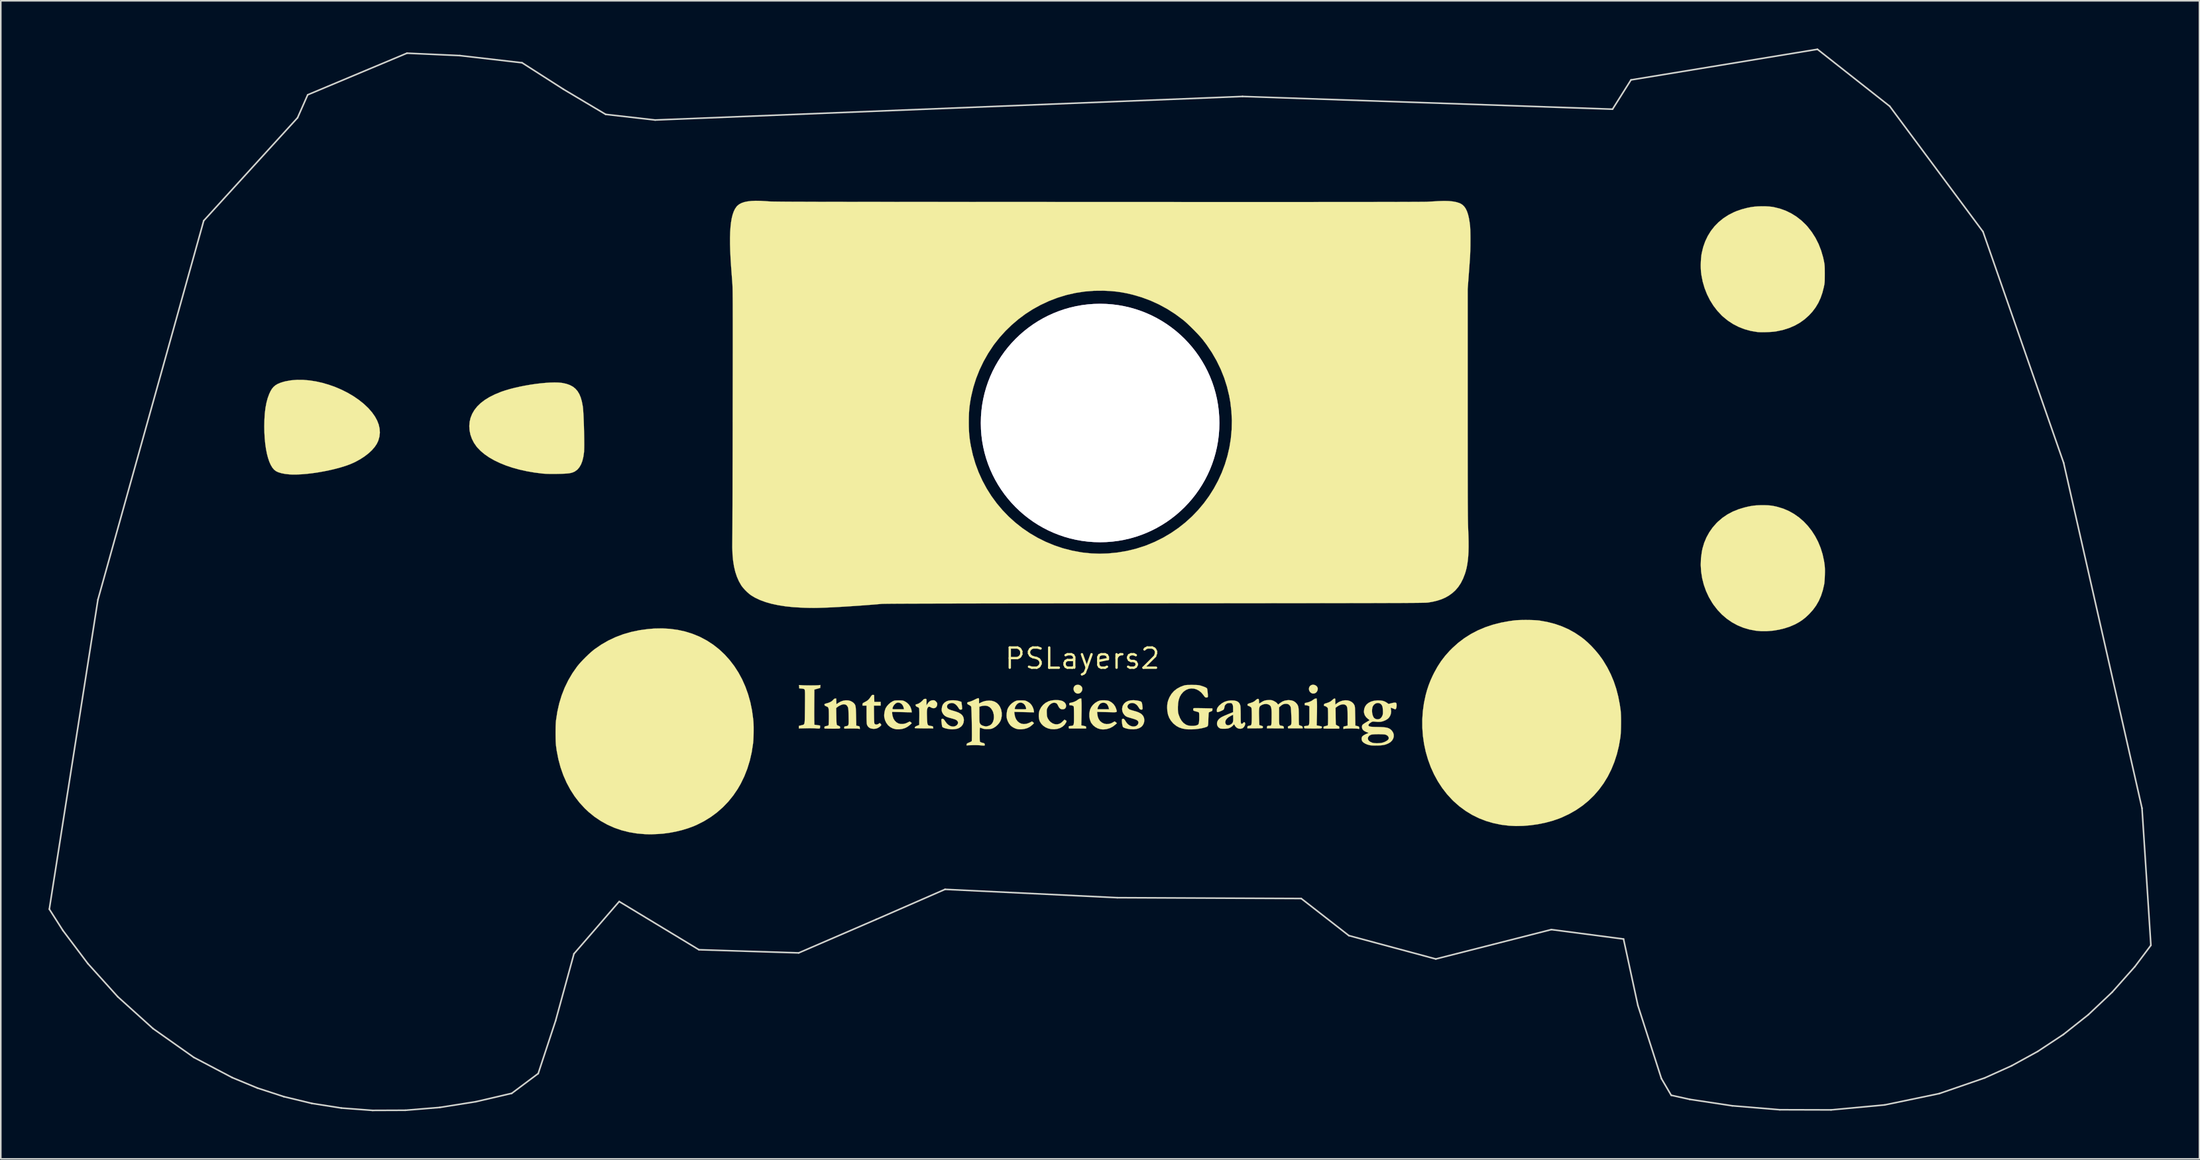
<source format=kicad_pcb>
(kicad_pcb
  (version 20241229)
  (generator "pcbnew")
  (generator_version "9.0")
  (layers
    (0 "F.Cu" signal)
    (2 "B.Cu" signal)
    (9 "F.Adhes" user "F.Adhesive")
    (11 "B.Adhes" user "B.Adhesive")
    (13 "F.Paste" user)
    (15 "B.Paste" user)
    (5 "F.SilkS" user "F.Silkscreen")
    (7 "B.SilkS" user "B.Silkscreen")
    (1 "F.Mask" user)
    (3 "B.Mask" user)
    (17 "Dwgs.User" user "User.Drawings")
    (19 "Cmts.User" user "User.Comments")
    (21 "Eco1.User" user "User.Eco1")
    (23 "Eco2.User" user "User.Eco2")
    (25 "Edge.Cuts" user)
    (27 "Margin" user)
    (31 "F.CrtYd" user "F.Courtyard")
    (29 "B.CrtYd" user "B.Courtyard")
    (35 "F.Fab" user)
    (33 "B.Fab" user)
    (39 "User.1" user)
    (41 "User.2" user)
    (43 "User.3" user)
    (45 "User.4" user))
  (footprint "PSLayers2"
    (layer "F.Cu")
    (at 64.983 38.361)
    (property "Reference" "PSLayers2" (at 0 0 0) (layer "F.SilkS") (effects (font (size 1.27 1.27) (thickness 0.15))))
    (attr through_hole)
    (fp_poly (pts (xy -0.212 1.661) (xy -0.128 1.697) (xy -0.127 1.697) (xy -0.047 1.773) (xy -0.006 1.863) (xy -0.005 1.962) (xy -0.037 2.052) (xy -0.102 2.139) (xy -0.187 2.193) (xy -0.285 2.21) (xy -0.351 2.199) (xy -0.441 2.154) (xy -0.506 2.083) (xy -0.546 1.995) (xy -0.558 1.9) (xy -0.539 1.806) (xy -0.486 1.725) (xy -0.477 1.715) (xy -0.402 1.671) (xy -0.309 1.653) (xy -0.212 1.661)) (stroke (width 0.01) (type solid)) (fill yes) (layer "F.SilkS"))
    (fp_poly (pts (xy 14.562 1.656) (xy 14.651 1.688) (xy 14.726 1.744) (xy 14.777 1.818) (xy 14.795 1.903) (xy 14.778 2.008) (xy 14.731 2.097) (xy 14.66 2.164) (xy 14.574 2.202) (xy 14.479 2.206) (xy 14.446 2.199) (xy 14.356 2.153) (xy 14.29 2.084) (xy 14.25 1.999) (xy 14.237 1.907) (xy 14.253 1.818) (xy 14.297 1.739) (xy 14.373 1.679) (xy 14.374 1.678) (xy 14.467 1.65) (xy 14.562 1.656)) (stroke (width 0.01) (type solid)) (fill yes) (layer "F.SilkS"))
    (fp_poly (pts (xy -13.158 2.29) (xy -13.092 2.297) (xy -13.086 2.514) (xy -13.08 2.731) (xy -12.679 2.731) (xy -12.679 2.963) (xy -13.104 2.963) (xy -13.098 3.524) (xy -13.096 3.694) (xy -13.093 3.827) (xy -13.09 3.928) (xy -13.086 4.002) (xy -13.081 4.053) (xy -13.074 4.087) (xy -13.064 4.108) (xy -13.055 4.12) (xy -12.997 4.151) (xy -12.921 4.153) (xy -12.841 4.128) (xy -12.808 4.108) (xy -12.738 4.058) (xy -12.685 4.111) (xy -12.651 4.152) (xy -12.646 4.185) (xy -12.656 4.209) (xy -12.694 4.253) (xy -12.758 4.305) (xy -12.834 4.354) (xy -12.911 4.392) (xy -12.931 4.399) (xy -13.035 4.421) (xy -13.154 4.423) (xy -13.269 4.407) (xy -13.351 4.379) (xy -13.445 4.315) (xy -13.512 4.226) (xy -13.543 4.151) (xy -13.552 4.101) (xy -13.559 4.01) (xy -13.564 3.879) (xy -13.567 3.709) (xy -13.568 3.521) (xy -13.568 2.963) (xy -13.822 2.963) (xy -13.822 2.89) (xy -13.819 2.849) (xy -13.805 2.82) (xy -13.772 2.793) (xy -13.711 2.76) (xy -13.69 2.749) (xy -13.574 2.686) (xy -13.487 2.625) (xy -13.415 2.556) (xy -13.346 2.466) (xy -13.322 2.43) (xy -13.272 2.358) (xy -13.237 2.315) (xy -13.208 2.294) (xy -13.178 2.289) (xy -13.158 2.29)) (stroke (width 0.01) (type solid)) (fill yes) (layer "F.SilkS"))
    (fp_poly (pts (xy -0.056 2.725) (xy -0.053 2.8) (xy -0.051 2.91) (xy -0.051 3.047) (xy -0.051 3.204) (xy -0.053 3.372) (xy -0.056 3.544) (xy -0.056 3.57) (xy -0.07 4.208) (xy 0.055 4.232) (xy 0.141 4.25) (xy 0.193 4.264) (xy 0.221 4.28) (xy 0.231 4.302) (xy 0.233 4.336) (xy 0.233 4.339) (xy 0.233 4.403) (xy -0.842 4.403) (xy -0.854 4.355) (xy -0.865 4.303) (xy -0.857 4.273) (xy -0.824 4.255) (xy -0.757 4.244) (xy -0.738 4.242) (xy -0.678 4.235) (xy -0.631 4.227) (xy -0.595 4.212) (xy -0.569 4.186) (xy -0.551 4.145) (xy -0.539 4.083) (xy -0.533 3.997) (xy -0.53 3.881) (xy -0.529 3.731) (xy -0.529 3.593) (xy -0.53 3.443) (xy -0.532 3.306) (xy -0.535 3.189) (xy -0.538 3.097) (xy -0.542 3.036) (xy -0.546 3.012) (xy -0.585 2.981) (xy -0.652 2.956) (xy -0.73 2.943) (xy -0.753 2.942) (xy -0.802 2.939) (xy -0.822 2.92) (xy -0.825 2.872) (xy -0.826 2.87) (xy -0.823 2.827) (xy -0.808 2.804) (xy -0.768 2.791) (xy -0.726 2.784) (xy -0.55 2.739) (xy -0.386 2.662) (xy -0.3 2.603) (xy -0.213 2.544) (xy -0.142 2.519) (xy -0.132 2.519) (xy -0.07 2.519) (xy -0.056 2.725)) (stroke (width 0.01) (type solid)) (fill yes) (layer "F.SilkS"))
    (fp_poly (pts (xy 14.741 2.714) (xy 14.744 2.786) (xy 14.746 2.892) (xy 14.747 3.027) (xy 14.746 3.181) (xy 14.744 3.348) (xy 14.741 3.521) (xy 14.74 3.558) (xy 14.726 4.208) (xy 14.851 4.233) (xy 14.943 4.252) (xy 15.002 4.266) (xy 15.034 4.279) (xy 15.047 4.293) (xy 15.05 4.307) (xy 15.049 4.336) (xy 15.044 4.358) (xy 15.03 4.375) (xy 15.002 4.387) (xy 14.955 4.395) (xy 14.885 4.399) (xy 14.787 4.402) (xy 14.657 4.403) (xy 14.488 4.403) (xy 14.486 4.403) (xy 14.314 4.402) (xy 14.179 4.401) (xy 14.08 4.398) (xy 14.011 4.394) (xy 13.969 4.388) (xy 13.95 4.38) (xy 13.949 4.376) (xy 13.943 4.335) (xy 13.936 4.303) (xy 13.932 4.278) (xy 13.945 4.262) (xy 13.982 4.252) (xy 14.053 4.242) (xy 14.056 4.242) (xy 14.115 4.235) (xy 14.162 4.227) (xy 14.199 4.213) (xy 14.225 4.188) (xy 14.244 4.148) (xy 14.256 4.088) (xy 14.262 4.004) (xy 14.266 3.891) (xy 14.266 3.744) (xy 14.266 3.576) (xy 14.266 3.004) (xy 14.193 2.973) (xy 14.12 2.951) (xy 14.047 2.942) (xy 14.045 2.942) (xy 13.995 2.939) (xy 13.974 2.921) (xy 13.97 2.876) (xy 13.97 2.87) (xy 13.973 2.827) (xy 13.988 2.804) (xy 14.027 2.791) (xy 14.07 2.784) (xy 14.243 2.74) (xy 14.406 2.665) (xy 14.499 2.602) (xy 14.582 2.546) (xy 14.65 2.52) (xy 14.665 2.519) (xy 14.726 2.519) (xy 14.741 2.714)) (stroke (width 0.01) (type solid)) (fill yes) (layer "F.SilkS"))
    (fp_poly (pts (xy -48.975 -17.521) (xy -48.579 -17.487) (xy -48.174 -17.424) (xy -47.767 -17.333) (xy -47.361 -17.214) (xy -46.959 -17.071) (xy -46.567 -16.903) (xy -46.189 -16.713) (xy -45.828 -16.502) (xy -45.489 -16.27) (xy -45.175 -16.02) (xy -44.892 -15.753) (xy -44.865 -15.725) (xy -44.645 -15.471) (xy -44.466 -15.217) (xy -44.327 -14.961) (xy -44.229 -14.706) (xy -44.173 -14.452) (xy -44.158 -14.2) (xy -44.185 -13.95) (xy -44.254 -13.704) (xy -44.259 -13.69) (xy -44.354 -13.491) (xy -44.49 -13.291) (xy -44.662 -13.094) (xy -44.869 -12.902) (xy -45.108 -12.717) (xy -45.375 -12.542) (xy -45.67 -12.378) (xy -45.805 -12.312) (xy -46.047 -12.208) (xy -46.325 -12.108) (xy -46.633 -12.013) (xy -46.964 -11.924) (xy -47.312 -11.842) (xy -47.67 -11.769) (xy -48.033 -11.705) (xy -48.395 -11.652) (xy -48.748 -11.611) (xy -49.087 -11.583) (xy -49.404 -11.569) (xy -49.695 -11.57) (xy -49.847 -11.578) (xy -50.114 -11.607) (xy -50.346 -11.652) (xy -50.542 -11.712) (xy -50.687 -11.781) (xy -50.805 -11.872) (xy -50.915 -12.003) (xy -51.015 -12.171) (xy -51.106 -12.374) (xy -51.186 -12.61) (xy -51.256 -12.877) (xy -51.314 -13.173) (xy -51.36 -13.496) (xy -51.394 -13.843) (xy -51.415 -14.212) (xy -51.422 -14.594) (xy -51.413 -15.019) (xy -51.389 -15.407) (xy -51.347 -15.759) (xy -51.287 -16.079) (xy -51.21 -16.369) (xy -51.114 -16.63) (xy -51.031 -16.808) (xy -50.945 -16.952) (xy -50.847 -17.073) (xy -50.731 -17.174) (xy -50.592 -17.259) (xy -50.425 -17.332) (xy -50.225 -17.396) (xy -50.08 -17.433) (xy -49.73 -17.495) (xy -49.361 -17.524) (xy -48.975 -17.521)) (stroke (width 0.01) (type solid)) (fill yes) (layer "F.SilkS"))
    (fp_poly (pts (xy -1.516 2.62) (xy -1.373 2.64) (xy -1.255 2.675) (xy -1.231 2.687) (xy -1.129 2.756) (xy -1.06 2.842) (xy -1.026 2.939) (xy -1.032 3.04) (xy -1.037 3.058) (xy -1.078 3.135) (xy -1.141 3.179) (xy -1.233 3.196) (xy -1.251 3.196) (xy -1.334 3.186) (xy -1.402 3.152) (xy -1.462 3.088) (xy -1.519 2.988) (xy -1.528 2.969) (xy -1.569 2.89) (xy -1.606 2.84) (xy -1.648 2.81) (xy -1.667 2.801) (xy -1.769 2.78) (xy -1.875 2.797) (xy -1.98 2.848) (xy -2.076 2.929) (xy -2.158 3.038) (xy -2.177 3.071) (xy -2.208 3.134) (xy -2.229 3.183) (xy -2.239 3.232) (xy -2.243 3.293) (xy -2.242 3.379) (xy -2.24 3.429) (xy -2.235 3.537) (xy -2.227 3.616) (xy -2.212 3.679) (xy -2.189 3.738) (xy -2.174 3.772) (xy -2.091 3.902) (xy -1.985 4.008) (xy -1.863 4.086) (xy -1.732 4.132) (xy -1.599 4.141) (xy -1.57 4.138) (xy -1.474 4.117) (xy -1.391 4.08) (xy -1.307 4.02) (xy -1.236 3.954) (xy -1.127 3.848) (xy -1.061 3.883) (xy -1.015 3.911) (xy -0.998 3.941) (xy -1.009 3.985) (xy -1.029 4.028) (xy -1.124 4.17) (xy -1.249 4.285) (xy -1.4 4.372) (xy -1.574 4.427) (xy -1.767 4.451) (xy -1.958 4.442) (xy -2.143 4.403) (xy -2.313 4.331) (xy -2.462 4.23) (xy -2.584 4.106) (xy -2.674 3.962) (xy -2.69 3.925) (xy -2.725 3.796) (xy -2.742 3.647) (xy -2.74 3.492) (xy -2.719 3.347) (xy -2.691 3.255) (xy -2.597 3.075) (xy -2.47 2.918) (xy -2.314 2.79) (xy -2.132 2.694) (xy -2.122 2.69) (xy -1.988 2.65) (xy -1.835 2.625) (xy -1.674 2.615) (xy -1.516 2.62)) (stroke (width 0.01) (type solid)) (fill yes) (layer "F.SilkS"))
    (fp_poly (pts (xy -16.472 1.759) (xy -16.478 1.852) (xy -16.663 1.903) (xy -16.847 1.955) (xy -16.853 2.792) (xy -16.854 2.99) (xy -16.855 3.185) (xy -16.856 3.371) (xy -16.856 3.542) (xy -16.855 3.691) (xy -16.854 3.811) (xy -16.853 3.895) (xy -16.853 3.898) (xy -16.846 4.166) (xy -16.668 4.191) (xy -16.489 4.217) (xy -16.489 4.307) (xy -16.492 4.365) (xy -16.505 4.393) (xy -16.536 4.404) (xy -16.547 4.406) (xy -16.597 4.407) (xy -16.673 4.404) (xy -16.759 4.397) (xy -16.764 4.396) (xy -16.835 4.391) (xy -16.938 4.388) (xy -17.065 4.386) (xy -17.206 4.386) (xy -17.352 4.388) (xy -17.373 4.389) (xy -17.822 4.399) (xy -17.822 4.241) (xy -17.675 4.203) (xy -17.622 4.191) (xy -17.578 4.18) (xy -17.542 4.168) (xy -17.513 4.151) (xy -17.491 4.125) (xy -17.475 4.085) (xy -17.463 4.029) (xy -17.455 3.952) (xy -17.45 3.851) (xy -17.447 3.721) (xy -17.445 3.559) (xy -17.443 3.361) (xy -17.441 3.214) (xy -17.439 3.015) (xy -17.438 2.822) (xy -17.436 2.642) (xy -17.436 2.479) (xy -17.436 2.339) (xy -17.436 2.228) (xy -17.437 2.151) (xy -17.438 2.132) (xy -17.443 2.033) (xy -17.455 1.969) (xy -17.483 1.929) (xy -17.533 1.908) (xy -17.613 1.896) (xy -17.664 1.891) (xy -17.801 1.878) (xy -17.801 1.808) (xy -17.805 1.748) (xy -17.815 1.702) (xy -17.819 1.685) (xy -17.807 1.675) (xy -17.773 1.673) (xy -17.709 1.676) (xy -17.651 1.68) (xy -17.559 1.686) (xy -17.44 1.69) (xy -17.302 1.692) (xy -17.155 1.694) (xy -17.006 1.694) (xy -16.865 1.693) (xy -16.74 1.69) (xy -16.64 1.686) (xy -16.573 1.681) (xy -16.571 1.68) (xy -16.465 1.666) (xy -16.472 1.759)) (stroke (width 0.01) (type solid)) (fill yes) (layer "F.SilkS"))
    (fp_poly (pts (xy 1.391 2.628) (xy 1.515 2.638) (xy 1.621 2.656) (xy 1.681 2.675) (xy 1.83 2.76) (xy 1.958 2.875) (xy 2.057 3.014) (xy 2.122 3.169) (xy 2.126 3.185) (xy 2.143 3.243) (xy 2.155 3.289) (xy 2.159 3.324) (xy 2.151 3.35) (xy 2.128 3.367) (xy 2.083 3.377) (xy 2.015 3.382) (xy 1.918 3.382) (xy 1.789 3.379) (xy 1.624 3.375) (xy 1.542 3.373) (xy 0.925 3.359) (xy 0.938 3.494) (xy 0.964 3.655) (xy 1.013 3.788) (xy 1.087 3.904) (xy 1.114 3.936) (xy 1.229 4.033) (xy 1.362 4.096) (xy 1.508 4.125) (xy 1.66 4.118) (xy 1.81 4.075) (xy 1.928 4.013) (xy 1.98 3.98) (xy 2.018 3.961) (xy 2.026 3.959) (xy 2.051 3.972) (xy 2.093 4.004) (xy 2.106 4.015) (xy 2.169 4.07) (xy 2.053 4.174) (xy 1.894 4.293) (xy 1.718 4.382) (xy 1.536 4.436) (xy 1.482 4.445) (xy 1.386 4.456) (xy 1.317 4.461) (xy 1.257 4.46) (xy 1.193 4.453) (xy 1.126 4.443) (xy 0.965 4.396) (xy 0.812 4.313) (xy 0.677 4.202) (xy 0.568 4.068) (xy 0.531 4.005) (xy 0.468 3.838) (xy 0.436 3.652) (xy 0.436 3.46) (xy 0.468 3.27) (xy 0.489 3.201) (xy 0.515 3.147) (xy 0.953 3.147) (xy 0.953 3.196) (xy 1.676 3.196) (xy 1.661 3.127) (xy 1.623 3.005) (xy 1.567 2.904) (xy 1.5 2.834) (xy 1.41 2.793) (xy 1.306 2.781) (xy 1.204 2.797) (xy 1.127 2.835) (xy 1.074 2.889) (xy 1.023 2.964) (xy 0.98 3.046) (xy 0.956 3.12) (xy 0.953 3.147) (xy 0.515 3.147) (xy 0.56 3.054) (xy 0.665 2.917) (xy 0.797 2.798) (xy 0.946 2.704) (xy 1.061 2.656) (xy 1.15 2.637) (xy 1.265 2.628) (xy 1.391 2.628)) (stroke (width 0.01) (type solid)) (fill yes) (layer "F.SilkS"))
    (fp_poly (pts (xy 42.943 -9.638) (xy 43.11 -9.631) (xy 43.259 -9.618) (xy 43.402 -9.597) (xy 43.551 -9.567) (xy 43.698 -9.532) (xy 44.062 -9.42) (xy 44.409 -9.27) (xy 44.738 -9.084) (xy 45.048 -8.865) (xy 45.336 -8.614) (xy 45.601 -8.333) (xy 45.841 -8.026) (xy 46.055 -7.693) (xy 46.241 -7.337) (xy 46.397 -6.959) (xy 46.521 -6.563) (xy 46.611 -6.149) (xy 46.633 -6.012) (xy 46.649 -5.893) (xy 46.66 -5.788) (xy 46.667 -5.686) (xy 46.67 -5.575) (xy 46.67 -5.444) (xy 46.667 -5.283) (xy 46.667 -5.271) (xy 46.661 -5.102) (xy 46.652 -4.946) (xy 46.641 -4.809) (xy 46.629 -4.702) (xy 46.623 -4.661) (xy 46.536 -4.285) (xy 46.425 -3.941) (xy 46.285 -3.623) (xy 46.116 -3.329) (xy 45.915 -3.054) (xy 45.68 -2.794) (xy 45.668 -2.783) (xy 45.463 -2.59) (xy 45.26 -2.428) (xy 45.047 -2.287) (xy 44.81 -2.156) (xy 44.792 -2.147) (xy 44.474 -2.009) (xy 44.13 -1.895) (xy 43.768 -1.808) (xy 43.396 -1.748) (xy 43.022 -1.718) (xy 42.654 -1.718) (xy 42.323 -1.747) (xy 41.923 -1.822) (xy 41.54 -1.935) (xy 41.175 -2.086) (xy 40.83 -2.274) (xy 40.505 -2.498) (xy 40.203 -2.756) (xy 39.924 -3.049) (xy 39.671 -3.375) (xy 39.591 -3.493) (xy 39.376 -3.858) (xy 39.198 -4.242) (xy 39.057 -4.639) (xy 38.954 -5.048) (xy 38.889 -5.464) (xy 38.864 -5.883) (xy 38.879 -6.303) (xy 38.934 -6.719) (xy 38.977 -6.926) (xy 39.081 -7.275) (xy 39.223 -7.614) (xy 39.402 -7.937) (xy 39.614 -8.24) (xy 39.857 -8.516) (xy 39.94 -8.598) (xy 40.228 -8.845) (xy 40.541 -9.058) (xy 40.879 -9.238) (xy 41.243 -9.385) (xy 41.601 -9.493) (xy 41.82 -9.546) (xy 42.012 -9.585) (xy 42.192 -9.612) (xy 42.372 -9.629) (xy 42.566 -9.638) (xy 42.746 -9.64) (xy 42.943 -9.638)) (stroke (width 0.01) (type solid)) (fill yes) (layer "F.SilkS"))
    (fp_poly (pts (xy -32.942 -17.353) (xy -32.735 -17.334) (xy -32.668 -17.324) (xy -32.424 -17.27) (xy -32.21 -17.193) (xy -32.025 -17.093) (xy -31.866 -16.966) (xy -31.732 -16.812) (xy -31.621 -16.627) (xy -31.53 -16.408) (xy -31.459 -16.155) (xy -31.404 -15.865) (xy -31.401 -15.847) (xy -31.389 -15.745) (xy -31.378 -15.607) (xy -31.367 -15.438) (xy -31.356 -15.244) (xy -31.347 -15.03) (xy -31.338 -14.801) (xy -31.33 -14.564) (xy -31.324 -14.322) (xy -31.319 -14.083) (xy -31.315 -13.852) (xy -31.313 -13.633) (xy -31.312 -13.433) (xy -31.314 -13.256) (xy -31.318 -13.109) (xy -31.323 -12.997) (xy -31.326 -12.965) (xy -31.368 -12.676) (xy -31.43 -12.422) (xy -31.514 -12.204) (xy -31.619 -12.022) (xy -31.745 -11.876) (xy -31.892 -11.767) (xy -31.941 -11.742) (xy -32.016 -11.709) (xy -32.096 -11.682) (xy -32.187 -11.66) (xy -32.294 -11.643) (xy -32.421 -11.631) (xy -32.574 -11.621) (xy -32.758 -11.615) (xy -32.978 -11.61) (xy -33.041 -11.609) (xy -33.298 -11.608) (xy -33.518 -11.609) (xy -33.703 -11.614) (xy -33.859 -11.623) (xy -33.95 -11.631) (xy -34.446 -11.694) (xy -34.923 -11.776) (xy -35.38 -11.877) (xy -35.815 -11.997) (xy -36.224 -12.134) (xy -36.606 -12.288) (xy -36.959 -12.457) (xy -37.281 -12.64) (xy -37.568 -12.838) (xy -37.82 -13.048) (xy -38.034 -13.27) (xy -38.082 -13.328) (xy -38.245 -13.564) (xy -38.373 -13.816) (xy -38.465 -14.078) (xy -38.519 -14.347) (xy -38.536 -14.618) (xy -38.513 -14.886) (xy -38.458 -15.126) (xy -38.357 -15.382) (xy -38.217 -15.623) (xy -38.038 -15.85) (xy -37.819 -16.062) (xy -37.561 -16.259) (xy -37.264 -16.442) (xy -36.927 -16.61) (xy -36.55 -16.765) (xy -36.513 -16.779) (xy -36.252 -16.866) (xy -35.968 -16.949) (xy -35.665 -17.026) (xy -35.349 -17.097) (xy -35.023 -17.161) (xy -34.695 -17.218) (xy -34.368 -17.266) (xy -34.048 -17.304) (xy -33.74 -17.333) (xy -33.45 -17.351) (xy -33.182 -17.358) (xy -32.942 -17.353)) (stroke (width 0.01) (type solid)) (fill yes) (layer "F.SilkS"))
    (fp_poly (pts (xy -11.434 2.636) (xy -11.353 2.64) (xy -11.293 2.648) (xy -11.242 2.662) (xy -11.189 2.684) (xy -11.176 2.69) (xy -11.029 2.781) (xy -10.906 2.901) (xy -10.813 3.044) (xy -10.754 3.203) (xy -10.74 3.276) (xy -10.726 3.388) (xy -11.343 3.373) (xy -11.959 3.359) (xy -11.959 3.425) (xy -11.955 3.484) (xy -11.943 3.562) (xy -11.935 3.603) (xy -11.882 3.769) (xy -11.8 3.906) (xy -11.694 4.011) (xy -11.568 4.084) (xy -11.426 4.121) (xy -11.272 4.121) (xy -11.11 4.083) (xy -11.001 4.035) (xy -10.854 3.96) (xy -10.793 4.005) (xy -10.752 4.039) (xy -10.732 4.063) (xy -10.732 4.066) (xy -10.747 4.09) (xy -10.79 4.132) (xy -10.85 4.185) (xy -10.921 4.241) (xy -10.993 4.293) (xy -11.011 4.305) (xy -11.153 4.377) (xy -11.32 4.428) (xy -11.499 4.453) (xy -11.678 4.453) (xy -11.74 4.445) (xy -11.917 4.398) (xy -12.075 4.315) (xy -12.211 4.2) (xy -12.321 4.056) (xy -12.403 3.887) (xy -12.452 3.696) (xy -12.454 3.683) (xy -12.459 3.56) (xy -12.446 3.418) (xy -12.417 3.276) (xy -12.375 3.149) (xy -12.375 3.149) (xy -11.938 3.149) (xy -11.937 3.166) (xy -11.93 3.178) (xy -11.911 3.187) (xy -11.874 3.192) (xy -11.814 3.195) (xy -11.724 3.196) (xy -11.599 3.196) (xy -11.214 3.196) (xy -11.228 3.118) (xy -11.268 2.994) (xy -11.332 2.893) (xy -11.416 2.82) (xy -11.514 2.779) (xy -11.62 2.775) (xy -11.651 2.781) (xy -11.727 2.818) (xy -11.803 2.885) (xy -11.87 2.969) (xy -11.917 3.06) (xy -11.937 3.144) (xy -11.938 3.149) (xy -12.375 3.149) (xy -12.362 3.12) (xy -12.286 3) (xy -12.181 2.881) (xy -12.06 2.777) (xy -11.936 2.699) (xy -11.923 2.693) (xy -11.866 2.668) (xy -11.815 2.651) (xy -11.759 2.642) (xy -11.686 2.637) (xy -11.586 2.635) (xy -11.546 2.635) (xy -11.434 2.636)) (stroke (width 0.01) (type solid)) (fill yes) (layer "F.SilkS"))
    (fp_poly (pts (xy 42.921 -28.437) (xy 43.147 -28.425) (xy 43.349 -28.404) (xy 43.445 -28.388) (xy 43.83 -28.294) (xy 44.2 -28.162) (xy 44.552 -27.991) (xy 44.884 -27.784) (xy 45.194 -27.542) (xy 45.48 -27.267) (xy 45.577 -27.159) (xy 45.842 -26.82) (xy 46.073 -26.457) (xy 46.269 -26.07) (xy 46.43 -25.659) (xy 46.557 -25.224) (xy 46.614 -24.958) (xy 46.629 -24.875) (xy 46.641 -24.797) (xy 46.649 -24.717) (xy 46.655 -24.627) (xy 46.659 -24.52) (xy 46.66 -24.388) (xy 46.661 -24.223) (xy 46.661 -24.172) (xy 46.66 -24.003) (xy 46.659 -23.868) (xy 46.657 -23.761) (xy 46.652 -23.673) (xy 46.645 -23.597) (xy 46.635 -23.526) (xy 46.621 -23.451) (xy 46.604 -23.367) (xy 46.511 -23.001) (xy 46.395 -22.667) (xy 46.253 -22.36) (xy 46.083 -22.076) (xy 45.882 -21.81) (xy 45.669 -21.578) (xy 45.392 -21.33) (xy 45.092 -21.115) (xy 44.768 -20.933) (xy 44.418 -20.783) (xy 44.042 -20.664) (xy 43.637 -20.577) (xy 43.55 -20.563) (xy 43.436 -20.549) (xy 43.293 -20.538) (xy 43.131 -20.529) (xy 42.961 -20.523) (xy 42.794 -20.52) (xy 42.638 -20.52) (xy 42.506 -20.525) (xy 42.418 -20.532) (xy 42.014 -20.599) (xy 41.625 -20.705) (xy 41.254 -20.849) (xy 40.901 -21.03) (xy 40.569 -21.247) (xy 40.26 -21.5) (xy 40.177 -21.577) (xy 39.905 -21.868) (xy 39.66 -22.188) (xy 39.444 -22.535) (xy 39.259 -22.904) (xy 39.107 -23.292) (xy 38.989 -23.694) (xy 38.908 -24.107) (xy 38.882 -24.314) (xy 38.869 -24.509) (xy 38.865 -24.727) (xy 38.871 -24.954) (xy 38.886 -25.177) (xy 38.908 -25.38) (xy 38.925 -25.481) (xy 39.016 -25.866) (xy 39.144 -26.23) (xy 39.307 -26.572) (xy 39.503 -26.889) (xy 39.733 -27.181) (xy 39.995 -27.447) (xy 40.287 -27.684) (xy 40.609 -27.893) (xy 40.96 -28.071) (xy 41.122 -28.138) (xy 41.432 -28.245) (xy 41.771 -28.335) (xy 42.029 -28.387) (xy 42.227 -28.414) (xy 42.449 -28.431) (xy 42.685 -28.439) (xy 42.921 -28.437)) (stroke (width 0.01) (type solid)) (fill yes) (layer "F.SilkS"))
    (fp_poly (pts (xy -9.844 2.54) (xy -9.819 2.545) (xy -9.805 2.563) (xy -9.798 2.599) (xy -9.797 2.662) (xy -9.799 2.759) (xy -9.799 2.783) (xy -9.802 2.953) (xy -9.757 2.879) (xy -9.671 2.76) (xy -9.581 2.68) (xy -9.482 2.636) (xy -9.386 2.625) (xy -9.323 2.629) (xy -9.275 2.647) (xy -9.226 2.686) (xy -9.205 2.707) (xy -9.153 2.765) (xy -9.129 2.816) (xy -9.123 2.867) (xy -9.14 2.974) (xy -9.187 3.056) (xy -9.257 3.109) (xy -9.344 3.13) (xy -9.442 3.115) (xy -9.514 3.08) (xy -9.588 3.041) (xy -9.641 3.03) (xy -9.682 3.047) (xy -9.699 3.064) (xy -9.727 3.102) (xy -9.747 3.147) (xy -9.762 3.206) (xy -9.77 3.284) (xy -9.774 3.386) (xy -9.773 3.519) (xy -9.768 3.688) (xy -9.768 3.696) (xy -9.762 3.855) (xy -9.755 3.978) (xy -9.746 4.069) (xy -9.732 4.133) (xy -9.71 4.177) (xy -9.679 4.204) (xy -9.636 4.222) (xy -9.579 4.234) (xy -9.535 4.241) (xy -9.458 4.254) (xy -9.413 4.267) (xy -9.391 4.285) (xy -9.383 4.313) (xy -9.381 4.332) (xy -9.374 4.398) (xy -9.949 4.395) (xy -10.101 4.394) (xy -10.238 4.392) (xy -10.356 4.389) (xy -10.448 4.385) (xy -10.509 4.381) (xy -10.534 4.376) (xy -10.534 4.376) (xy -10.538 4.335) (xy -10.501 4.291) (xy -10.427 4.248) (xy -10.387 4.232) (xy -10.255 4.18) (xy -10.25 3.698) (xy -10.249 3.555) (xy -10.249 3.424) (xy -10.251 3.31) (xy -10.254 3.221) (xy -10.259 3.164) (xy -10.261 3.15) (xy -10.282 3.104) (xy -10.322 3.071) (xy -10.371 3.051) (xy -10.436 3.019) (xy -10.47 2.982) (xy -10.48 2.957) (xy -10.488 2.92) (xy -10.48 2.898) (xy -10.448 2.884) (xy -10.384 2.869) (xy -10.382 2.869) (xy -10.308 2.841) (xy -10.22 2.789) (xy -10.131 2.723) (xy -10.055 2.653) (xy -10.031 2.626) (xy -9.984 2.573) (xy -9.943 2.548) (xy -9.892 2.54) (xy -9.881 2.54) (xy -9.844 2.54)) (stroke (width 0.01) (type solid)) (fill yes) (layer "F.SilkS"))
    (fp_poly (pts (xy -3.752 2.636) (xy -3.671 2.64) (xy -3.611 2.648) (xy -3.561 2.662) (xy -3.509 2.683) (xy -3.493 2.691) (xy -3.409 2.737) (xy -3.326 2.793) (xy -3.287 2.824) (xy -3.207 2.914) (xy -3.136 3.03) (xy -3.083 3.157) (xy -3.055 3.276) (xy -3.042 3.387) (xy -3.662 3.373) (xy -4.282 3.359) (xy -4.269 3.487) (xy -4.233 3.668) (xy -4.168 3.822) (xy -4.078 3.947) (xy -3.966 4.041) (xy -3.836 4.101) (xy -3.69 4.125) (xy -3.534 4.113) (xy -3.37 4.06) (xy -3.318 4.035) (xy -3.171 3.96) (xy -3.109 4.005) (xy -3.069 4.039) (xy -3.049 4.063) (xy -3.048 4.065) (xy -3.064 4.089) (xy -3.104 4.131) (xy -3.161 4.183) (xy -3.226 4.237) (xy -3.29 4.285) (xy -3.326 4.309) (xy -3.465 4.378) (xy -3.63 4.426) (xy -3.806 4.452) (xy -3.981 4.454) (xy -4.06 4.445) (xy -4.195 4.41) (xy -4.332 4.347) (xy -4.455 4.267) (xy -4.529 4.2) (xy -4.618 4.081) (xy -4.692 3.939) (xy -4.743 3.793) (xy -4.757 3.725) (xy -4.766 3.586) (xy -4.757 3.433) (xy -4.733 3.283) (xy -4.7 3.17) (xy -4.254 3.17) (xy -4.244 3.18) (xy -4.21 3.187) (xy -4.147 3.192) (xy -4.052 3.195) (xy -3.92 3.196) (xy -3.895 3.196) (xy -3.763 3.196) (xy -3.668 3.195) (xy -3.604 3.192) (xy -3.564 3.187) (xy -3.544 3.178) (xy -3.536 3.167) (xy -3.535 3.157) (xy -3.548 3.081) (xy -3.583 2.991) (xy -3.632 2.907) (xy -3.636 2.903) (xy -3.714 2.829) (xy -3.81 2.785) (xy -3.913 2.774) (xy -4.012 2.8) (xy -4.02 2.804) (xy -4.102 2.865) (xy -4.174 2.952) (xy -4.228 3.051) (xy -4.253 3.149) (xy -4.254 3.17) (xy -4.7 3.17) (xy -4.699 3.168) (xy -4.635 3.045) (xy -4.539 2.923) (xy -4.423 2.812) (xy -4.295 2.724) (xy -4.258 2.704) (xy -4.196 2.675) (xy -4.145 2.655) (xy -4.094 2.644) (xy -4.03 2.638) (xy -3.943 2.635) (xy -3.863 2.635) (xy -3.752 2.636)) (stroke (width 0.01) (type solid)) (fill yes) (layer "F.SilkS"))
    (fp_poly (pts (xy -7.953 2.638) (xy -7.804 2.664) (xy -7.684 2.701) (xy -7.603 2.733) (xy -7.577 2.941) (xy -7.567 3.034) (xy -7.561 3.113) (xy -7.561 3.167) (xy -7.563 3.183) (xy -7.596 3.21) (xy -7.649 3.217) (xy -7.695 3.213) (xy -7.729 3.192) (xy -7.763 3.147) (xy -7.778 3.121) (xy -7.877 2.979) (xy -7.983 2.877) (xy -8.095 2.816) (xy -8.212 2.797) (xy -8.334 2.819) (xy -8.375 2.835) (xy -8.454 2.884) (xy -8.497 2.944) (xy -8.509 3.021) (xy -8.501 3.083) (xy -8.475 3.134) (xy -8.425 3.178) (xy -8.347 3.217) (xy -8.236 3.256) (xy -8.117 3.29) (xy -7.918 3.351) (xy -7.758 3.417) (xy -7.635 3.493) (xy -7.546 3.58) (xy -7.487 3.68) (xy -7.457 3.797) (xy -7.451 3.885) (xy -7.47 4.033) (xy -7.527 4.166) (xy -7.618 4.277) (xy -7.741 4.364) (xy -7.821 4.4) (xy -7.923 4.428) (xy -8.048 4.448) (xy -8.174 4.456) (xy -8.276 4.452) (xy -8.431 4.431) (xy -8.567 4.404) (xy -8.678 4.372) (xy -8.759 4.337) (xy -8.805 4.301) (xy -8.811 4.29) (xy -8.819 4.257) (xy -8.83 4.192) (xy -8.842 4.106) (xy -8.85 4.043) (xy -8.861 3.943) (xy -8.866 3.878) (xy -8.864 3.838) (xy -8.855 3.816) (xy -8.846 3.808) (xy -8.801 3.789) (xy -8.76 3.793) (xy -8.716 3.826) (xy -8.663 3.89) (xy -8.62 3.954) (xy -8.527 4.081) (xy -8.431 4.172) (xy -8.326 4.236) (xy -8.244 4.266) (xy -8.14 4.283) (xy -8.044 4.273) (xy -7.959 4.24) (xy -7.89 4.191) (xy -7.842 4.13) (xy -7.818 4.061) (xy -7.824 3.991) (xy -7.863 3.924) (xy -7.913 3.88) (xy -7.946 3.86) (xy -7.984 3.841) (xy -8.034 3.822) (xy -8.103 3.8) (xy -8.196 3.773) (xy -8.322 3.739) (xy -8.379 3.724) (xy -8.526 3.675) (xy -8.639 3.612) (xy -8.726 3.531) (xy -8.791 3.429) (xy -8.823 3.36) (xy -8.84 3.303) (xy -8.845 3.238) (xy -8.842 3.161) (xy -8.816 3.007) (xy -8.759 2.879) (xy -8.667 2.776) (xy -8.54 2.695) (xy -8.519 2.685) (xy -8.407 2.651) (xy -8.267 2.631) (xy -8.111 2.627) (xy -7.953 2.638)) (stroke (width 0.01) (type solid)) (fill yes) (layer "F.SilkS"))
    (fp_poly (pts (xy 28.07 -2.421) (xy 28.269 -2.416) (xy 28.453 -2.408) (xy 28.612 -2.397) (xy 28.723 -2.385) (xy 29.219 -2.297) (xy 29.69 -2.176) (xy 30.137 -2.021) (xy 30.562 -1.832) (xy 30.967 -1.606) (xy 31.354 -1.345) (xy 31.507 -1.227) (xy 31.747 -1.021) (xy 31.991 -0.784) (xy 32.229 -0.526) (xy 32.453 -0.257) (xy 32.654 0.014) (xy 32.737 0.138) (xy 32.99 0.558) (xy 33.209 0.99) (xy 33.396 1.436) (xy 33.552 1.901) (xy 33.679 2.389) (xy 33.778 2.904) (xy 33.829 3.26) (xy 33.84 3.384) (xy 33.848 3.542) (xy 33.854 3.725) (xy 33.856 3.924) (xy 33.855 4.131) (xy 33.852 4.337) (xy 33.846 4.532) (xy 33.837 4.71) (xy 33.825 4.86) (xy 33.816 4.942) (xy 33.723 5.487) (xy 33.596 6.009) (xy 33.436 6.507) (xy 33.243 6.981) (xy 33.018 7.429) (xy 32.761 7.85) (xy 32.473 8.244) (xy 32.155 8.611) (xy 31.807 8.949) (xy 31.43 9.257) (xy 31.024 9.535) (xy 30.59 9.782) (xy 30.129 9.998) (xy 29.957 10.067) (xy 29.54 10.21) (xy 29.097 10.329) (xy 28.636 10.423) (xy 28.167 10.489) (xy 27.699 10.528) (xy 27.241 10.537) (xy 26.832 10.518) (xy 26.327 10.457) (xy 25.841 10.357) (xy 25.373 10.221) (xy 24.925 10.047) (xy 24.497 9.836) (xy 24.09 9.588) (xy 23.703 9.304) (xy 23.338 8.984) (xy 23.238 8.885) (xy 22.908 8.524) (xy 22.608 8.135) (xy 22.339 7.721) (xy 22.101 7.285) (xy 21.895 6.83) (xy 21.722 6.357) (xy 21.581 5.871) (xy 21.474 5.372) (xy 21.402 4.865) (xy 21.365 4.352) (xy 21.363 3.836) (xy 21.397 3.319) (xy 21.468 2.804) (xy 21.577 2.294) (xy 21.664 1.979) (xy 21.764 1.678) (xy 21.88 1.381) (xy 22.018 1.076) (xy 22.107 0.898) (xy 22.318 0.516) (xy 22.545 0.166) (xy 22.796 -0.162) (xy 23.078 -0.479) (xy 23.255 -0.657) (xy 23.62 -0.985) (xy 24.008 -1.279) (xy 24.418 -1.539) (xy 24.853 -1.767) (xy 25.312 -1.961) (xy 25.796 -2.124) (xy 26.308 -2.254) (xy 26.847 -2.353) (xy 27.167 -2.396) (xy 27.304 -2.408) (xy 27.472 -2.416) (xy 27.662 -2.421) (xy 27.864 -2.423) (xy 28.07 -2.421)) (stroke (width 0.01) (type solid)) (fill yes) (layer "F.SilkS"))
    (fp_poly (pts (xy 3.426 2.642) (xy 3.501 2.656) (xy 3.6 2.679) (xy 3.667 2.703) (xy 3.711 2.737) (xy 3.738 2.789) (xy 3.755 2.868) (xy 3.768 2.964) (xy 3.78 3.072) (xy 3.782 3.145) (xy 3.774 3.189) (xy 3.752 3.211) (xy 3.714 3.216) (xy 3.682 3.214) (xy 3.637 3.203) (xy 3.601 3.177) (xy 3.564 3.124) (xy 3.55 3.101) (xy 3.471 2.981) (xy 3.389 2.896) (xy 3.299 2.838) (xy 3.291 2.834) (xy 3.189 2.801) (xy 3.091 2.797) (xy 3.004 2.816) (xy 2.93 2.854) (xy 2.873 2.906) (xy 2.838 2.968) (xy 2.829 3.036) (xy 2.849 3.103) (xy 2.903 3.167) (xy 2.967 3.209) (xy 3.011 3.226) (xy 3.085 3.25) (xy 3.175 3.277) (xy 3.231 3.292) (xy 3.402 3.341) (xy 3.538 3.393) (xy 3.647 3.451) (xy 3.736 3.518) (xy 3.742 3.523) (xy 3.824 3.624) (xy 3.874 3.743) (xy 3.891 3.872) (xy 3.878 4.004) (xy 3.834 4.13) (xy 3.76 4.243) (xy 3.686 4.312) (xy 3.558 4.385) (xy 3.4 4.433) (xy 3.219 4.454) (xy 3.019 4.447) (xy 2.985 4.443) (xy 2.856 4.423) (xy 2.738 4.395) (xy 2.639 4.362) (xy 2.571 4.328) (xy 2.56 4.32) (xy 2.539 4.283) (xy 2.519 4.218) (xy 2.502 4.135) (xy 2.489 4.043) (xy 2.482 3.954) (xy 2.481 3.878) (xy 2.489 3.826) (xy 2.499 3.809) (xy 2.548 3.788) (xy 2.592 3.795) (xy 2.637 3.833) (xy 2.69 3.907) (xy 2.707 3.935) (xy 2.788 4.056) (xy 2.873 4.146) (xy 2.972 4.213) (xy 3.027 4.24) (xy 3.14 4.274) (xy 3.25 4.278) (xy 3.35 4.255) (xy 3.433 4.207) (xy 3.492 4.138) (xy 3.521 4.051) (xy 3.522 4.025) (xy 3.509 3.962) (xy 3.469 3.909) (xy 3.396 3.862) (xy 3.286 3.819) (xy 3.233 3.802) (xy 3.125 3.77) (xy 3.009 3.736) (xy 2.907 3.706) (xy 2.903 3.705) (xy 2.809 3.673) (xy 2.739 3.637) (xy 2.676 3.587) (xy 2.648 3.56) (xy 2.56 3.443) (xy 2.509 3.31) (xy 2.495 3.168) (xy 2.52 3.024) (xy 2.547 2.953) (xy 2.626 2.832) (xy 2.736 2.737) (xy 2.873 2.67) (xy 3.036 2.632) (xy 3.221 2.622) (xy 3.426 2.642)) (stroke (width 0.01) (type solid)) (fill yes) (layer "F.SilkS"))
    (fp_poly (pts (xy -25.912 -1.863) (xy -25.432 -1.798) (xy -24.966 -1.695) (xy -24.517 -1.556) (xy -24.088 -1.381) (xy -24.014 -1.346) (xy -23.596 -1.123) (xy -23.202 -0.865) (xy -22.832 -0.574) (xy -22.488 -0.252) (xy -22.171 0.1) (xy -21.88 0.48) (xy -21.618 0.887) (xy -21.385 1.318) (xy -21.183 1.774) (xy -21.012 2.251) (xy -20.872 2.75) (xy -20.766 3.267) (xy -20.694 3.802) (xy -20.678 3.979) (xy -20.669 4.134) (xy -20.664 4.319) (xy -20.664 4.522) (xy -20.666 4.733) (xy -20.673 4.939) (xy -20.682 5.13) (xy -20.695 5.295) (xy -20.702 5.355) (xy -20.785 5.897) (xy -20.905 6.422) (xy -21.061 6.929) (xy -21.252 7.416) (xy -21.478 7.88) (xy -21.667 8.207) (xy -21.945 8.617) (xy -22.255 9) (xy -22.595 9.354) (xy -22.964 9.679) (xy -23.36 9.971) (xy -23.781 10.231) (xy -24.226 10.457) (xy -24.415 10.54) (xy -24.775 10.674) (xy -25.162 10.792) (xy -25.566 10.89) (xy -25.974 10.966) (xy -26.375 11.018) (xy -26.681 11.039) (xy -26.795 11.044) (xy -26.908 11.049) (xy -27.005 11.053) (xy -27.062 11.056) (xy -27.13 11.057) (xy -27.228 11.056) (xy -27.345 11.054) (xy -27.469 11.049) (xy -27.506 11.047) (xy -28.007 11.004) (xy -28.494 10.922) (xy -28.966 10.803) (xy -29.42 10.646) (xy -29.855 10.452) (xy -30.27 10.221) (xy -30.664 9.956) (xy -31.035 9.655) (xy -31.282 9.422) (xy -31.614 9.06) (xy -31.915 8.669) (xy -32.184 8.251) (xy -32.422 7.808) (xy -32.627 7.34) (xy -32.799 6.85) (xy -32.937 6.337) (xy -33.041 5.804) (xy -33.087 5.472) (xy -33.097 5.357) (xy -33.105 5.208) (xy -33.11 5.036) (xy -33.113 4.847) (xy -33.114 4.652) (xy -33.112 4.458) (xy -33.109 4.275) (xy -33.102 4.11) (xy -33.094 3.974) (xy -33.087 3.905) (xy -33.003 3.353) (xy -32.884 2.824) (xy -32.73 2.319) (xy -32.541 1.835) (xy -32.316 1.372) (xy -32.055 0.928) (xy -31.758 0.504) (xy -31.651 0.372) (xy -31.519 0.223) (xy -31.368 0.064) (xy -31.207 -0.098) (xy -31.044 -0.255) (xy -30.885 -0.399) (xy -30.739 -0.522) (xy -30.66 -0.584) (xy -30.24 -0.873) (xy -29.802 -1.126) (xy -29.344 -1.342) (xy -28.866 -1.523) (xy -28.367 -1.667) (xy -27.846 -1.777) (xy -27.302 -1.851) (xy -26.903 -1.883) (xy -26.404 -1.892) (xy -25.912 -1.863)) (stroke (width 0.01) (type solid)) (fill yes) (layer "F.SilkS"))
    (fp_poly (pts (xy 9.558 2.648) (xy 9.695 2.682) (xy 9.8 2.743) (xy 9.875 2.83) (xy 9.921 2.945) (xy 9.925 2.963) (xy 9.932 3.017) (xy 9.938 3.105) (xy 9.943 3.22) (xy 9.947 3.354) (xy 9.949 3.498) (xy 9.949 3.541) (xy 9.949 3.681) (xy 9.951 3.808) (xy 9.953 3.916) (xy 9.956 3.998) (xy 9.96 4.048) (xy 9.961 4.057) (xy 9.987 4.105) (xy 10.026 4.114) (xy 10.075 4.084) (xy 10.098 4.059) (xy 10.139 4.017) (xy 10.168 4.004) (xy 10.195 4.014) (xy 10.227 4.056) (xy 10.231 4.118) (xy 10.214 4.191) (xy 10.178 4.266) (xy 10.127 4.333) (xy 10.066 4.382) (xy 10.043 4.394) (xy 9.927 4.421) (xy 9.813 4.409) (xy 9.709 4.361) (xy 9.623 4.279) (xy 9.592 4.233) (xy 9.534 4.132) (xy 9.466 4.213) (xy 9.409 4.267) (xy 9.331 4.322) (xy 9.276 4.353) (xy 9.214 4.381) (xy 9.156 4.4) (xy 9.09 4.41) (xy 9.002 4.416) (xy 8.932 4.419) (xy 8.805 4.419) (xy 8.714 4.413) (xy 8.654 4.398) (xy 8.647 4.395) (xy 8.553 4.331) (xy 8.491 4.244) (xy 8.46 4.142) (xy 8.463 4.032) (xy 8.481 3.982) (xy 8.98 3.982) (xy 8.984 4.054) (xy 9.016 4.135) (xy 9.073 4.185) (xy 9.15 4.203) (xy 9.24 4.188) (xy 9.337 4.139) (xy 9.399 4.091) (xy 9.441 4.038) (xy 9.466 3.972) (xy 9.478 3.883) (xy 9.479 3.762) (xy 9.478 3.747) (xy 9.472 3.537) (xy 9.339 3.603) (xy 9.191 3.689) (xy 9.081 3.782) (xy 9.01 3.88) (xy 8.98 3.982) (xy 8.481 3.982) (xy 8.502 3.923) (xy 8.546 3.855) (xy 8.596 3.8) (xy 8.652 3.751) (xy 8.723 3.703) (xy 8.814 3.654) (xy 8.93 3.599) (xy 9.079 3.536) (xy 9.124 3.517) (xy 9.472 3.375) (xy 9.471 3.163) (xy 9.469 3.056) (xy 9.463 2.981) (xy 9.45 2.927) (xy 9.431 2.883) (xy 9.428 2.877) (xy 9.398 2.834) (xy 9.365 2.811) (xy 9.313 2.801) (xy 9.275 2.798) (xy 9.156 2.806) (xy 9.089 2.828) (xy 9.026 2.872) (xy 8.972 2.932) (xy 8.938 2.996) (xy 8.932 3.027) (xy 8.927 3.067) (xy 8.913 3.126) (xy 8.909 3.14) (xy 8.894 3.183) (xy 8.871 3.215) (xy 8.831 3.244) (xy 8.763 3.278) (xy 8.734 3.292) (xy 8.653 3.327) (xy 8.578 3.354) (xy 8.524 3.369) (xy 8.519 3.369) (xy 8.476 3.37) (xy 8.457 3.351) (xy 8.449 3.302) (xy 8.454 3.194) (xy 8.494 3.091) (xy 8.572 2.989) (xy 8.602 2.957) (xy 8.756 2.826) (xy 8.919 2.731) (xy 9.097 2.671) (xy 9.297 2.641) (xy 9.387 2.638) (xy 9.558 2.648)) (stroke (width 0.01) (type solid)) (fill yes) (layer "F.SilkS"))
    (fp_poly (pts (xy 15.871 2.521) (xy 15.885 2.532) (xy 15.893 2.562) (xy 15.896 2.617) (xy 15.896 2.705) (xy 15.896 2.9) (xy 15.997 2.823) (xy 16.097 2.754) (xy 16.2 2.703) (xy 16.324 2.661) (xy 16.351 2.654) (xy 16.511 2.628) (xy 16.665 2.635) (xy 16.808 2.674) (xy 16.932 2.74) (xy 17.032 2.834) (xy 17.086 2.917) (xy 17.1 2.948) (xy 17.111 2.979) (xy 17.12 3.017) (xy 17.127 3.065) (xy 17.132 3.13) (xy 17.136 3.217) (xy 17.139 3.332) (xy 17.142 3.479) (xy 17.145 3.619) (xy 17.156 4.223) (xy 17.251 4.244) (xy 17.329 4.264) (xy 17.374 4.287) (xy 17.394 4.319) (xy 17.399 4.364) (xy 17.399 4.429) (xy 17.29 4.415) (xy 17.215 4.409) (xy 17.11 4.404) (xy 16.985 4.402) (xy 16.853 4.402) (xy 16.724 4.404) (xy 16.611 4.408) (xy 16.525 4.414) (xy 16.506 4.416) (xy 16.404 4.429) (xy 16.404 4.353) (xy 16.408 4.303) (xy 16.427 4.279) (xy 16.473 4.266) (xy 16.484 4.264) (xy 16.552 4.251) (xy 16.612 4.236) (xy 16.616 4.235) (xy 16.669 4.219) (xy 16.669 3.681) (xy 16.668 3.496) (xy 16.666 3.348) (xy 16.661 3.232) (xy 16.653 3.143) (xy 16.641 3.076) (xy 16.624 3.025) (xy 16.601 2.985) (xy 16.572 2.952) (xy 16.549 2.932) (xy 16.47 2.892) (xy 16.369 2.882) (xy 16.255 2.902) (xy 16.133 2.95) (xy 16.011 3.025) (xy 15.973 3.054) (xy 15.912 3.103) (xy 15.916 3.617) (xy 15.917 3.761) (xy 15.92 3.892) (xy 15.922 4.004) (xy 15.925 4.09) (xy 15.928 4.143) (xy 15.931 4.159) (xy 15.955 4.182) (xy 16.006 4.213) (xy 16.047 4.233) (xy 16.108 4.261) (xy 16.139 4.285) (xy 16.148 4.314) (xy 16.146 4.346) (xy 16.14 4.413) (xy 15.656 4.413) (xy 15.518 4.413) (xy 15.394 4.412) (xy 15.291 4.41) (xy 15.215 4.408) (xy 15.172 4.406) (xy 15.164 4.404) (xy 15.158 4.379) (xy 15.155 4.337) (xy 15.159 4.303) (xy 15.177 4.281) (xy 15.22 4.265) (xy 15.27 4.253) (xy 15.339 4.236) (xy 15.393 4.219) (xy 15.413 4.21) (xy 15.422 4.196) (xy 15.429 4.162) (xy 15.435 4.106) (xy 15.438 4.022) (xy 15.44 3.906) (xy 15.441 3.754) (xy 15.441 3.689) (xy 15.44 3.544) (xy 15.439 3.41) (xy 15.436 3.295) (xy 15.432 3.204) (xy 15.428 3.145) (xy 15.425 3.128) (xy 15.395 3.081) (xy 15.339 3.035) (xy 15.272 3) (xy 15.211 2.985) (xy 15.208 2.985) (xy 15.184 2.973) (xy 15.179 2.932) (xy 15.18 2.918) (xy 15.186 2.885) (xy 15.202 2.861) (xy 15.235 2.842) (xy 15.296 2.822) (xy 15.347 2.807) (xy 15.481 2.761) (xy 15.588 2.708) (xy 15.678 2.64) (xy 15.726 2.594) (xy 15.782 2.547) (xy 15.833 2.521) (xy 15.847 2.519) (xy 15.871 2.521)) (stroke (width 0.01) (type solid)) (fill yes) (layer "F.SilkS"))
    (fp_poly (pts (xy -15.468 2.699) (xy -15.462 2.879) (xy -15.358 2.805) (xy -15.203 2.715) (xy -15.04 2.656) (xy -14.876 2.63) (xy -14.717 2.636) (xy -14.57 2.675) (xy -14.442 2.746) (xy -14.41 2.772) (xy -14.364 2.814) (xy -14.327 2.855) (xy -14.298 2.899) (xy -14.275 2.951) (xy -14.259 3.017) (xy -14.247 3.103) (xy -14.239 3.212) (xy -14.233 3.35) (xy -14.228 3.523) (xy -14.226 3.63) (xy -14.213 4.223) (xy -14.108 4.245) (xy -14.045 4.26) (xy -14.013 4.277) (xy -14 4.308) (xy -13.995 4.348) (xy -13.988 4.43) (xy -14.079 4.415) (xy -14.132 4.41) (xy -14.219 4.407) (xy -14.333 4.405) (xy -14.465 4.404) (xy -14.607 4.405) (xy -14.752 4.407) (xy -14.891 4.411) (xy -14.945 4.41) (xy -14.968 4.398) (xy -14.972 4.367) (xy -14.971 4.352) (xy -14.967 4.311) (xy -14.956 4.287) (xy -14.927 4.273) (xy -14.87 4.261) (xy -14.848 4.256) (xy -14.799 4.247) (xy -14.762 4.235) (xy -14.733 4.216) (xy -14.713 4.184) (xy -14.701 4.135) (xy -14.693 4.065) (xy -14.691 3.967) (xy -14.692 3.837) (xy -14.695 3.671) (xy -14.695 3.651) (xy -14.698 3.488) (xy -14.702 3.361) (xy -14.706 3.265) (xy -14.712 3.193) (xy -14.719 3.138) (xy -14.729 3.096) (xy -14.741 3.06) (xy -14.748 3.044) (xy -14.806 2.953) (xy -14.885 2.899) (xy -14.989 2.879) (xy -15.001 2.879) (xy -15.076 2.891) (xy -15.17 2.923) (xy -15.27 2.97) (xy -15.361 3.025) (xy -15.406 3.059) (xy -15.477 3.119) (xy -15.468 3.633) (xy -15.464 3.809) (xy -15.46 3.947) (xy -15.454 4.05) (xy -15.447 4.121) (xy -15.439 4.164) (xy -15.432 4.179) (xy -15.394 4.206) (xy -15.336 4.232) (xy -15.323 4.236) (xy -15.257 4.266) (xy -15.227 4.306) (xy -15.23 4.365) (xy -15.231 4.368) (xy -15.235 4.383) (xy -15.245 4.394) (xy -15.264 4.402) (xy -15.298 4.408) (xy -15.353 4.411) (xy -15.433 4.413) (xy -15.544 4.414) (xy -15.691 4.414) (xy -15.719 4.414) (xy -15.857 4.413) (xy -15.979 4.412) (xy -16.081 4.41) (xy -16.156 4.408) (xy -16.198 4.406) (xy -16.205 4.404) (xy -16.211 4.379) (xy -16.214 4.337) (xy -16.21 4.302) (xy -16.194 4.279) (xy -16.155 4.262) (xy -16.086 4.247) (xy -16.061 4.243) (xy -16.003 4.227) (xy -15.963 4.205) (xy -15.959 4.201) (xy -15.951 4.169) (xy -15.944 4.094) (xy -15.94 3.978) (xy -15.937 3.821) (xy -15.936 3.659) (xy -15.937 3.486) (xy -15.939 3.349) (xy -15.943 3.245) (xy -15.952 3.167) (xy -15.967 3.111) (xy -15.988 3.072) (xy -16.018 3.045) (xy -16.057 3.024) (xy -16.107 3.004) (xy -16.11 3.003) (xy -16.171 2.975) (xy -16.202 2.943) (xy -16.21 2.914) (xy -16.209 2.879) (xy -16.189 2.857) (xy -16.139 2.84) (xy -16.125 2.836) (xy -15.972 2.792) (xy -15.853 2.745) (xy -15.759 2.69) (xy -15.682 2.623) (xy -15.639 2.573) (xy -15.581 2.527) (xy -15.536 2.519) (xy -15.474 2.519) (xy -15.468 2.699)) (stroke (width 0.01) (type solid)) (fill yes) (layer "F.SilkS"))
    (fp_poly (pts (xy 6.9 1.663) (xy 7.042 1.664) (xy 7.151 1.666) (xy 7.234 1.671) (xy 7.302 1.678) (xy 7.363 1.69) (xy 7.426 1.706) (xy 7.479 1.722) (xy 7.631 1.773) (xy 7.742 1.819) (xy 7.812 1.863) (xy 7.84 1.899) (xy 7.85 1.948) (xy 7.86 2.024) (xy 7.87 2.115) (xy 7.879 2.21) (xy 7.885 2.299) (xy 7.887 2.369) (xy 7.885 2.411) (xy 7.884 2.414) (xy 7.863 2.443) (xy 7.816 2.455) (xy 7.793 2.455) (xy 7.755 2.453) (xy 7.724 2.442) (xy 7.692 2.415) (xy 7.652 2.366) (xy 7.599 2.291) (xy 7.47 2.14) (xy 7.325 2.023) (xy 7.168 1.94) (xy 7.005 1.894) (xy 6.838 1.884) (xy 6.674 1.911) (xy 6.516 1.975) (xy 6.369 2.077) (xy 6.322 2.121) (xy 6.207 2.258) (xy 6.119 2.413) (xy 6.056 2.592) (xy 6.018 2.797) (xy 6.002 3.034) (xy 6.002 3.08) (xy 6.002 3.208) (xy 6.006 3.305) (xy 6.014 3.382) (xy 6.027 3.451) (xy 6.047 3.523) (xy 6.05 3.535) (xy 6.132 3.744) (xy 6.233 3.918) (xy 6.355 4.055) (xy 6.497 4.155) (xy 6.578 4.193) (xy 6.689 4.223) (xy 6.817 4.239) (xy 6.95 4.241) (xy 7.077 4.229) (xy 7.186 4.203) (xy 7.267 4.165) (xy 7.268 4.164) (xy 7.296 4.128) (xy 7.318 4.067) (xy 7.332 3.975) (xy 7.341 3.85) (xy 7.344 3.686) (xy 7.344 3.68) (xy 7.343 3.554) (xy 7.338 3.466) (xy 7.329 3.412) (xy 7.318 3.391) (xy 7.283 3.373) (xy 7.224 3.353) (xy 7.197 3.345) (xy 7.096 3.319) (xy 7.03 3.298) (xy 6.99 3.28) (xy 6.971 3.258) (xy 6.964 3.231) (xy 6.964 3.207) (xy 6.971 3.157) (xy 6.989 3.128) (xy 6.991 3.127) (xy 7.018 3.125) (xy 7.082 3.123) (xy 7.177 3.123) (xy 7.297 3.124) (xy 7.436 3.125) (xy 7.588 3.128) (xy 7.594 3.128) (xy 8.17 3.139) (xy 8.17 3.218) (xy 8.167 3.265) (xy 8.152 3.294) (xy 8.113 3.317) (xy 8.07 3.334) (xy 8.007 3.359) (xy 7.961 3.382) (xy 7.948 3.39) (xy 7.941 3.417) (xy 7.933 3.48) (xy 7.927 3.573) (xy 7.921 3.689) (xy 7.916 3.823) (xy 7.916 3.823) (xy 7.913 3.972) (xy 7.908 4.084) (xy 7.901 4.165) (xy 7.887 4.223) (xy 7.865 4.262) (xy 7.832 4.289) (xy 7.785 4.309) (xy 7.721 4.33) (xy 7.685 4.341) (xy 7.506 4.386) (xy 7.299 4.421) (xy 7.078 4.446) (xy 6.856 4.458) (xy 6.648 4.457) (xy 6.507 4.446) (xy 6.279 4.405) (xy 6.08 4.337) (xy 5.902 4.239) (xy 5.738 4.107) (xy 5.704 4.075) (xy 5.562 3.909) (xy 5.455 3.729) (xy 5.381 3.532) (xy 5.339 3.311) (xy 5.327 3.101) (xy 5.332 2.926) (xy 5.353 2.774) (xy 5.393 2.629) (xy 5.457 2.474) (xy 5.485 2.415) (xy 5.604 2.219) (xy 5.757 2.047) (xy 5.942 1.902) (xy 6.156 1.785) (xy 6.35 1.711) (xy 6.411 1.693) (xy 6.468 1.68) (xy 6.528 1.672) (xy 6.602 1.666) (xy 6.696 1.664) (xy 6.82 1.663) (xy 6.9 1.663)) (stroke (width 0.01) (type solid)) (fill yes) (layer "F.SilkS"))
    (fp_poly (pts (xy -6.525 2.499) (xy -6.509 2.511) (xy -6.501 2.54) (xy -6.498 2.596) (xy -6.498 2.665) (xy -6.498 2.833) (xy -6.364 2.763) (xy -6.245 2.713) (xy -6.114 2.675) (xy -6.074 2.667) (xy -5.866 2.648) (xy -5.679 2.665) (xy -5.514 2.717) (xy -5.372 2.804) (xy -5.254 2.926) (xy -5.179 3.043) (xy -5.106 3.225) (xy -5.07 3.419) (xy -5.07 3.616) (xy -5.107 3.807) (xy -5.151 3.926) (xy -5.223 4.046) (xy -5.323 4.166) (xy -5.441 4.273) (xy -5.563 4.354) (xy -5.583 4.365) (xy -5.655 4.398) (xy -5.716 4.419) (xy -5.782 4.431) (xy -5.867 4.438) (xy -5.936 4.441) (xy -6.047 4.442) (xy -6.137 4.436) (xy -6.221 4.42) (xy -6.314 4.39) (xy -6.419 4.35) (xy -6.431 4.347) (xy -6.44 4.354) (xy -6.447 4.376) (xy -6.451 4.418) (xy -6.454 4.485) (xy -6.455 4.582) (xy -6.456 4.714) (xy -6.456 4.781) (xy -6.456 4.929) (xy -6.455 5.041) (xy -6.453 5.121) (xy -6.449 5.177) (xy -6.443 5.213) (xy -6.434 5.235) (xy -6.422 5.248) (xy -6.408 5.258) (xy -6.356 5.282) (xy -6.288 5.301) (xy -6.276 5.303) (xy -6.199 5.323) (xy -6.156 5.352) (xy -6.14 5.397) (xy -6.138 5.421) (xy -6.138 5.446) (xy -6.141 5.463) (xy -6.154 5.473) (xy -6.183 5.478) (xy -6.234 5.477) (xy -6.313 5.471) (xy -6.426 5.461) (xy -6.466 5.458) (xy -6.571 5.452) (xy -6.702 5.449) (xy -6.842 5.449) (xy -6.976 5.453) (xy -6.981 5.453) (xy -7.285 5.466) (xy -7.278 5.406) (xy -7.269 5.372) (xy -7.248 5.346) (xy -7.205 5.321) (xy -7.13 5.289) (xy -7.123 5.286) (xy -7.049 5.254) (xy -6.991 5.224) (xy -6.959 5.203) (xy -6.958 5.201) (xy -6.953 5.173) (xy -6.95 5.108) (xy -6.948 5.011) (xy -6.946 4.886) (xy -6.946 4.739) (xy -6.947 4.574) (xy -6.948 4.397) (xy -6.95 4.212) (xy -6.953 4.025) (xy -6.957 3.84) (xy -6.961 3.662) (xy -6.965 3.496) (xy -6.97 3.348) (xy -6.975 3.222) (xy -6.98 3.124) (xy -6.986 3.057) (xy -6.99 3.032) (xy -6.477 3.032) (xy -6.477 3.522) (xy -6.477 3.682) (xy -6.475 3.807) (xy -6.473 3.9) (xy -6.468 3.969) (xy -6.461 4.018) (xy -6.452 4.055) (xy -6.44 4.084) (xy -6.44 4.084) (xy -6.392 4.152) (xy -6.32 4.203) (xy -6.219 4.242) (xy -6.082 4.271) (xy -6.071 4.273) (xy -6.043 4.271) (xy -5.989 4.261) (xy -5.95 4.253) (xy -5.866 4.226) (xy -5.784 4.185) (xy -5.76 4.169) (xy -5.677 4.084) (xy -5.615 3.97) (xy -5.576 3.835) (xy -5.562 3.688) (xy -5.572 3.535) (xy -5.607 3.386) (xy -5.649 3.286) (xy -5.737 3.149) (xy -5.843 3.049) (xy -5.967 2.988) (xy -6.11 2.964) (xy -6.272 2.978) (xy -6.354 2.998) (xy -6.477 3.032) (xy -6.99 3.032) (xy -6.991 3.028) (xy -7.029 2.984) (xy -7.095 2.938) (xy -7.128 2.921) (xy -7.193 2.887) (xy -7.226 2.858) (xy -7.238 2.825) (xy -7.239 2.812) (xy -7.235 2.782) (xy -7.219 2.761) (xy -7.18 2.744) (xy -7.111 2.725) (xy -7.096 2.721) (xy -7.009 2.694) (xy -6.905 2.652) (xy -6.803 2.604) (xy -6.779 2.592) (xy -6.696 2.55) (xy -6.621 2.518) (xy -6.567 2.5) (xy -6.551 2.498) (xy -6.525 2.499)) (stroke (width 0.01) (type solid)) (fill yes) (layer "F.SilkS"))
    (fp_poly (pts (xy 11.06 2.543) (xy 11.079 2.558) (xy 11.09 2.595) (xy 11.098 2.664) (xy 11.099 2.669) (xy 11.104 2.74) (xy 11.104 2.795) (xy 11.101 2.817) (xy 11.097 2.835) (xy 11.123 2.827) (xy 11.181 2.794) (xy 11.231 2.762) (xy 11.346 2.693) (xy 11.45 2.649) (xy 11.561 2.625) (xy 11.694 2.616) (xy 11.716 2.616) (xy 11.813 2.616) (xy 11.882 2.622) (xy 11.941 2.636) (xy 12.004 2.662) (xy 12.047 2.683) (xy 12.138 2.735) (xy 12.212 2.792) (xy 12.243 2.826) (xy 12.3 2.9) (xy 12.435 2.796) (xy 12.577 2.705) (xy 12.725 2.649) (xy 12.891 2.623) (xy 12.977 2.62) (xy 13.139 2.635) (xy 13.275 2.68) (xy 13.389 2.758) (xy 13.44 2.809) (xy 13.486 2.864) (xy 13.522 2.917) (xy 13.549 2.975) (xy 13.57 3.042) (xy 13.584 3.125) (xy 13.592 3.23) (xy 13.597 3.362) (xy 13.599 3.528) (xy 13.6 3.644) (xy 13.6 3.789) (xy 13.602 3.92) (xy 13.605 4.031) (xy 13.609 4.116) (xy 13.613 4.169) (xy 13.617 4.184) (xy 13.646 4.2) (xy 13.701 4.222) (xy 13.733 4.233) (xy 13.794 4.256) (xy 13.825 4.281) (xy 13.837 4.317) (xy 13.839 4.329) (xy 13.845 4.392) (xy 13.388 4.392) (xy 12.931 4.392) (xy 12.919 4.343) (xy 12.913 4.306) (xy 12.925 4.28) (xy 12.963 4.256) (xy 13.024 4.231) (xy 13.062 4.214) (xy 13.091 4.192) (xy 13.113 4.161) (xy 13.128 4.116) (xy 13.136 4.051) (xy 13.14 3.963) (xy 13.139 3.846) (xy 13.135 3.695) (xy 13.129 3.558) (xy 13.122 3.398) (xy 13.116 3.275) (xy 13.109 3.183) (xy 13.102 3.115) (xy 13.093 3.066) (xy 13.082 3.031) (xy 13.069 3.006) (xy 13.002 2.919) (xy 12.923 2.868) (xy 12.82 2.849) (xy 12.788 2.848) (xy 12.683 2.859) (xy 12.59 2.893) (xy 12.496 2.955) (xy 12.445 2.999) (xy 12.361 3.074) (xy 12.361 3.619) (xy 12.361 3.792) (xy 12.362 3.927) (xy 12.365 4.029) (xy 12.371 4.103) (xy 12.381 4.154) (xy 12.396 4.187) (xy 12.418 4.207) (xy 12.447 4.217) (xy 12.485 4.224) (xy 12.502 4.227) (xy 12.586 4.245) (xy 12.634 4.271) (xy 12.655 4.31) (xy 12.658 4.337) (xy 12.658 4.398) (xy 11.599 4.392) (xy 11.599 4.326) (xy 11.607 4.276) (xy 11.635 4.247) (xy 11.691 4.235) (xy 11.744 4.233) (xy 11.788 4.232) (xy 11.822 4.228) (xy 11.847 4.214) (xy 11.865 4.185) (xy 11.876 4.138) (xy 11.884 4.067) (xy 11.888 3.966) (xy 11.89 3.831) (xy 11.892 3.728) (xy 11.893 3.532) (xy 11.892 3.374) (xy 11.886 3.248) (xy 11.875 3.149) (xy 11.859 3.074) (xy 11.837 3.017) (xy 11.809 2.973) (xy 11.797 2.96) (xy 11.709 2.897) (xy 11.601 2.864) (xy 11.48 2.861) (xy 11.357 2.887) (xy 11.239 2.942) (xy 11.178 2.986) (xy 11.151 3.016) (xy 11.13 3.058) (xy 11.115 3.118) (xy 11.105 3.199) (xy 11.1 3.306) (xy 11.099 3.445) (xy 11.102 3.618) (xy 11.105 3.719) (xy 11.119 4.19) (xy 11.232 4.223) (xy 11.299 4.245) (xy 11.333 4.267) (xy 11.345 4.294) (xy 11.345 4.303) (xy 11.338 4.35) (xy 11.329 4.371) (xy 11.303 4.378) (xy 11.238 4.384) (xy 11.138 4.389) (xy 11.007 4.391) (xy 10.848 4.393) (xy 10.843 4.393) (xy 10.372 4.393) (xy 10.372 4.324) (xy 10.378 4.274) (xy 10.403 4.251) (xy 10.43 4.243) (xy 10.518 4.225) (xy 10.572 4.209) (xy 10.603 4.189) (xy 10.618 4.159) (xy 10.627 4.113) (xy 10.629 4.095) (xy 10.636 4.023) (xy 10.641 3.924) (xy 10.644 3.806) (xy 10.645 3.677) (xy 10.645 3.545) (xy 10.643 3.417) (xy 10.64 3.3) (xy 10.635 3.204) (xy 10.629 3.135) (xy 10.623 3.103) (xy 10.577 3.049) (xy 10.492 3.001) (xy 10.418 2.974) (xy 10.381 2.951) (xy 10.376 2.907) (xy 10.376 2.906) (xy 10.384 2.877) (xy 10.405 2.856) (xy 10.449 2.835) (xy 10.524 2.812) (xy 10.542 2.807) (xy 10.681 2.759) (xy 10.791 2.704) (xy 10.881 2.634) (xy 10.91 2.605) (xy 10.974 2.556) (xy 11.029 2.54) (xy 11.06 2.543)) (stroke (width 0.01) (type solid)) (fill yes) (layer "F.SilkS"))
    (fp_poly (pts (xy 18.751 2.644) (xy 18.888 2.666) (xy 19.007 2.708) (xy 19.119 2.772) (xy 19.141 2.787) (xy 19.243 2.86) (xy 19.411 2.816) (xy 19.534 2.788) (xy 19.624 2.775) (xy 19.685 2.778) (xy 19.722 2.797) (xy 19.723 2.798) (xy 19.741 2.839) (xy 19.749 2.907) (xy 19.749 2.987) (xy 19.74 3.066) (xy 19.723 3.13) (xy 19.71 3.154) (xy 19.671 3.202) (xy 19.528 3.145) (xy 19.457 3.118) (xy 19.404 3.1) (xy 19.378 3.094) (xy 19.377 3.095) (xy 19.377 3.118) (xy 19.385 3.168) (xy 19.392 3.197) (xy 19.406 3.345) (xy 19.383 3.495) (xy 19.333 3.621) (xy 19.271 3.716) (xy 19.197 3.791) (xy 19.098 3.857) (xy 19.016 3.899) (xy 18.872 3.954) (xy 18.728 3.984) (xy 18.569 3.989) (xy 18.441 3.978) (xy 18.348 3.968) (xy 18.285 3.964) (xy 18.241 3.968) (xy 18.203 3.981) (xy 18.161 4.004) (xy 18.155 4.008) (xy 18.063 4.07) (xy 18.003 4.13) (xy 17.978 4.184) (xy 17.979 4.207) (xy 17.994 4.236) (xy 18.019 4.259) (xy 18.061 4.276) (xy 18.124 4.289) (xy 18.213 4.298) (xy 18.332 4.304) (xy 18.487 4.307) (xy 18.553 4.308) (xy 18.755 4.313) (xy 18.922 4.323) (xy 19.057 4.338) (xy 19.167 4.36) (xy 19.256 4.392) (xy 19.332 4.434) (xy 19.398 4.488) (xy 19.46 4.553) (xy 19.533 4.668) (xy 19.569 4.792) (xy 19.568 4.92) (xy 19.532 5.044) (xy 19.463 5.159) (xy 19.363 5.259) (xy 19.251 5.329) (xy 19.136 5.381) (xy 19.024 5.42) (xy 18.905 5.446) (xy 18.768 5.463) (xy 18.602 5.472) (xy 18.531 5.474) (xy 18.362 5.475) (xy 18.22 5.47) (xy 18.11 5.461) (xy 18.065 5.454) (xy 17.913 5.413) (xy 17.78 5.357) (xy 17.673 5.29) (xy 17.598 5.216) (xy 17.579 5.186) (xy 17.551 5.097) (xy 17.551 5.032) (xy 17.94 5.032) (xy 17.96 5.113) (xy 18.015 5.186) (xy 18.104 5.25) (xy 18.223 5.299) (xy 18.244 5.305) (xy 18.349 5.323) (xy 18.48 5.331) (xy 18.621 5.329) (xy 18.756 5.316) (xy 18.837 5.301) (xy 18.948 5.268) (xy 19.054 5.221) (xy 19.147 5.166) (xy 19.214 5.11) (xy 19.238 5.079) (xy 19.257 5.006) (xy 19.239 4.933) (xy 19.189 4.866) (xy 19.112 4.813) (xy 19.037 4.785) (xy 18.976 4.776) (xy 18.881 4.769) (xy 18.765 4.765) (xy 18.636 4.763) (xy 18.504 4.764) (xy 18.381 4.767) (xy 18.274 4.773) (xy 18.195 4.782) (xy 18.169 4.786) (xy 18.095 4.815) (xy 18.029 4.857) (xy 18.014 4.87) (xy 17.957 4.95) (xy 17.94 5.032) (xy 17.551 5.032) (xy 17.551 5.003) (xy 17.579 4.921) (xy 17.592 4.902) (xy 17.644 4.855) (xy 17.726 4.802) (xy 17.826 4.751) (xy 17.928 4.709) (xy 17.972 4.689) (xy 17.976 4.674) (xy 17.971 4.671) (xy 17.832 4.618) (xy 17.73 4.567) (xy 17.658 4.514) (xy 17.61 4.454) (xy 17.588 4.408) (xy 17.57 4.324) (xy 17.575 4.24) (xy 17.603 4.175) (xy 17.605 4.172) (xy 17.638 4.143) (xy 17.699 4.099) (xy 17.778 4.047) (xy 17.85 4.003) (xy 18.058 3.879) (xy 17.956 3.804) (xy 17.832 3.691) (xy 17.748 3.565) (xy 17.703 3.423) (xy 17.695 3.326) (xy 17.708 3.223) (xy 18.205 3.223) (xy 18.205 3.362) (xy 18.224 3.496) (xy 18.26 3.615) (xy 18.309 3.71) (xy 18.344 3.751) (xy 18.434 3.806) (xy 18.537 3.829) (xy 18.641 3.817) (xy 18.713 3.784) (xy 18.768 3.734) (xy 18.82 3.663) (xy 18.838 3.63) (xy 18.864 3.573) (xy 18.879 3.518) (xy 18.887 3.453) (xy 18.889 3.364) (xy 18.888 3.323) (xy 18.885 3.222) (xy 18.876 3.126) (xy 18.865 3.049) (xy 18.86 3.028) (xy 18.815 2.926) (xy 18.747 2.853) (xy 18.663 2.811) (xy 18.571 2.796) (xy 18.477 2.81) (xy 18.388 2.852) (xy 18.31 2.92) (xy 18.25 3.014) (xy 18.224 3.091) (xy 18.205 3.223) (xy 17.708 3.223) (xy 17.715 3.163) (xy 17.77 3.018) (xy 17.86 2.894) (xy 17.982 2.793) (xy 18.134 2.715) (xy 18.312 2.663) (xy 18.516 2.639) (xy 18.584 2.637) (xy 18.751 2.644)) (stroke (width 0.01) (type solid)) (fill yes) (layer "F.SilkS"))
    (fp_poly (pts (xy -20.225 -28.779) (xy -19.879 -28.759) (xy -19.77 -28.75) (xy -19.745 -28.748) (xy -19.716 -28.746) (xy -19.683 -28.744) (xy -19.645 -28.743) (xy -19.6 -28.741) (xy -19.549 -28.739) (xy -19.489 -28.738) (xy -19.422 -28.736) (xy -19.345 -28.735) (xy -19.257 -28.734) (xy -19.159 -28.732) (xy -19.049 -28.731) (xy -18.927 -28.73) (xy -18.791 -28.729) (xy -18.641 -28.727) (xy -18.476 -28.726) (xy -18.296 -28.725) (xy -18.098 -28.724) (xy -17.884 -28.723) (xy -17.652 -28.723) (xy -17.4 -28.722) (xy -17.129 -28.721) (xy -16.837 -28.72) (xy -16.524 -28.719) (xy -16.189 -28.719) (xy -15.831 -28.718) (xy -15.45 -28.717) (xy -15.043 -28.717) (xy -14.612 -28.716) (xy -14.154 -28.716) (xy -13.67 -28.715) (xy -13.158 -28.715) (xy -12.617 -28.714) (xy -12.047 -28.714) (xy -11.447 -28.713) (xy -10.816 -28.713) (xy -10.154 -28.712) (xy -9.459 -28.712) (xy -8.731 -28.711) (xy -7.968 -28.711) (xy -7.171 -28.711) (xy -6.338 -28.71) (xy -5.468 -28.71) (xy -4.562 -28.709) (xy -3.617 -28.709) (xy -2.633 -28.709) (xy -1.61 -28.708) (xy -0.546 -28.708) (xy 0.559 -28.707) (xy 0.953 -28.707) (xy 2.165 -28.707) (xy 3.335 -28.706) (xy 4.464 -28.706) (xy 5.552 -28.706) (xy 6.599 -28.705) (xy 7.607 -28.705) (xy 8.575 -28.705) (xy 9.504 -28.705) (xy 10.395 -28.705) (xy 11.248 -28.705) (xy 12.064 -28.705) (xy 12.842 -28.705) (xy 13.584 -28.705) (xy 14.289 -28.705) (xy 14.96 -28.706) (xy 15.595 -28.706) (xy 16.195 -28.706) (xy 16.762 -28.707) (xy 17.295 -28.707) (xy 17.794 -28.708) (xy 18.261 -28.708) (xy 18.696 -28.709) (xy 19.099 -28.71) (xy 19.471 -28.71) (xy 19.813 -28.711) (xy 20.124 -28.712) (xy 20.405 -28.713) (xy 20.657 -28.714) (xy 20.88 -28.715) (xy 21.075 -28.716) (xy 21.242 -28.717) (xy 21.382 -28.718) (xy 21.495 -28.719) (xy 21.581 -28.721) (xy 21.642 -28.722) (xy 21.675 -28.723) (xy 21.835 -28.732) (xy 22.012 -28.742) (xy 22.19 -28.752) (xy 22.351 -28.762) (xy 22.437 -28.766) (xy 22.741 -28.775) (xy 23.02 -28.768) (xy 23.271 -28.744) (xy 23.49 -28.704) (xy 23.675 -28.648) (xy 23.77 -28.607) (xy 23.893 -28.528) (xy 24 -28.423) (xy 24.093 -28.288) (xy 24.172 -28.123) (xy 24.239 -27.924) (xy 24.295 -27.689) (xy 24.34 -27.417) (xy 24.365 -27.21) (xy 24.373 -27.108) (xy 24.38 -26.97) (xy 24.384 -26.804) (xy 24.387 -26.616) (xy 24.389 -26.413) (xy 24.388 -26.201) (xy 24.387 -25.988) (xy 24.383 -25.78) (xy 24.378 -25.584) (xy 24.371 -25.407) (xy 24.364 -25.273) (xy 24.357 -25.159) (xy 24.347 -25.011) (xy 24.335 -24.837) (xy 24.321 -24.644) (xy 24.306 -24.44) (xy 24.291 -24.233) (xy 24.277 -24.052) (xy 24.215 -23.223) (xy 24.215 -16.019) (xy 24.215 -15.342) (xy 24.215 -14.705) (xy 24.215 -14.108) (xy 24.216 -13.55) (xy 24.216 -13.028) (xy 24.216 -12.541) (xy 24.217 -12.089) (xy 24.217 -11.669) (xy 24.218 -11.281) (xy 24.219 -10.922) (xy 24.219 -10.593) (xy 24.22 -10.29) (xy 24.221 -10.013) (xy 24.222 -9.761) (xy 24.224 -9.532) (xy 24.225 -9.325) (xy 24.227 -9.138) (xy 24.228 -8.97) (xy 24.23 -8.82) (xy 24.232 -8.685) (xy 24.234 -8.566) (xy 24.236 -8.46) (xy 24.239 -8.367) (xy 24.241 -8.284) (xy 24.244 -8.21) (xy 24.246 -8.16) (xy 24.263 -7.743) (xy 24.272 -7.364) (xy 24.273 -7.021) (xy 24.266 -6.708) (xy 24.25 -6.423) (xy 24.225 -6.163) (xy 24.191 -5.923) (xy 24.149 -5.701) (xy 24.096 -5.493) (xy 24.047 -5.333) (xy 23.925 -5.018) (xy 23.784 -4.738) (xy 23.62 -4.492) (xy 23.433 -4.276) (xy 23.249 -4.111) (xy 23.038 -3.959) (xy 22.815 -3.831) (xy 22.572 -3.724) (xy 22.306 -3.637) (xy 22.01 -3.567) (xy 21.733 -3.519) (xy 21.717 -3.517) (xy 21.696 -3.515) (xy 21.67 -3.513) (xy 21.639 -3.511) (xy 21.601 -3.509) (xy 21.555 -3.507) (xy 21.501 -3.506) (xy 21.437 -3.504) (xy 21.363 -3.503) (xy 21.278 -3.501) (xy 21.182 -3.5) (xy 21.072 -3.498) (xy 20.949 -3.497) (xy 20.811 -3.496) (xy 20.657 -3.495) (xy 20.488 -3.494) (xy 20.301 -3.492) (xy 20.096 -3.491) (xy 19.873 -3.49) (xy 19.629 -3.489) (xy 19.365 -3.489) (xy 19.08 -3.488) (xy 18.772 -3.487) (xy 18.441 -3.486) (xy 18.085 -3.485) (xy 17.705 -3.484) (xy 17.299 -3.484) (xy 16.867 -3.483) (xy 16.406 -3.482) (xy 15.918 -3.482) (xy 15.399 -3.481) (xy 14.851 -3.48) (xy 14.272 -3.48) (xy 13.661 -3.479) (xy 13.017 -3.478) (xy 12.339 -3.478) (xy 11.627 -3.477) (xy 10.88 -3.476) (xy 10.096 -3.476) (xy 9.275 -3.475) (xy 8.417 -3.474) (xy 7.519 -3.474) (xy 6.581 -3.473) (xy 5.603 -3.472) (xy 4.584 -3.471) (xy 4.572 -3.471) (xy 3.506 -3.471) (xy 2.481 -3.47) (xy 1.497 -3.469) (xy 0.553 -3.468) (xy -0.351 -3.468) (xy -1.216 -3.467) (xy -2.043 -3.466) (xy -2.833 -3.465) (xy -3.586 -3.464) (xy -4.303 -3.464) (xy -4.985 -3.463) (xy -5.632 -3.462) (xy -6.246 -3.461) (xy -6.826 -3.46) (xy -7.374 -3.459) (xy -7.889 -3.458) (xy -8.374 -3.457) (xy -8.829 -3.456) (xy -9.254 -3.455) (xy -9.65 -3.454) (xy -10.017 -3.453) (xy -10.358 -3.452) (xy -10.671 -3.451) (xy -10.958 -3.45) (xy -11.22 -3.449) (xy -11.457 -3.448) (xy -11.67 -3.447) (xy -11.86 -3.445) (xy -12.027 -3.444) (xy -12.172 -3.443) (xy -12.296 -3.441) (xy -12.4 -3.44) (xy -12.484 -3.438) (xy -12.548 -3.437) (xy -12.595 -3.435) (xy -12.623 -3.434) (xy -12.626 -3.433) (xy -12.883 -3.41) (xy -13.171 -3.386) (xy -13.483 -3.362) (xy -13.812 -3.337) (xy -14.151 -3.313) (xy -14.495 -3.29) (xy -14.835 -3.268) (xy -15.165 -3.248) (xy -15.479 -3.23) (xy -15.769 -3.215) (xy -16.03 -3.203) (xy -16.203 -3.196) (xy -16.432 -3.189) (xy -16.628 -3.183) (xy -16.802 -3.18) (xy -16.963 -3.18) (xy -17.122 -3.181) (xy -17.288 -3.185) (xy -17.472 -3.19) (xy -17.655 -3.198) (xy -18.177 -3.229) (xy -18.664 -3.28) (xy -19.117 -3.351) (xy -19.536 -3.44) (xy -19.918 -3.549) (xy -20.265 -3.677) (xy -20.575 -3.823) (xy -20.816 -3.967) (xy -20.943 -4.063) (xy -21.08 -4.183) (xy -21.214 -4.317) (xy -21.335 -4.453) (xy -21.432 -4.581) (xy -21.447 -4.604) (xy -21.593 -4.861) (xy -21.717 -5.144) (xy -21.819 -5.453) (xy -21.898 -5.791) (xy -21.956 -6.159) (xy -21.992 -6.56) (xy -22.007 -6.994) (xy -22.004 -7.387) (xy -22.003 -7.444) (xy -22.002 -7.541) (xy -22.001 -7.678) (xy -22 -7.852) (xy -21.999 -8.062) (xy -21.998 -8.306) (xy -21.997 -8.583) (xy -21.996 -8.891) (xy -21.995 -9.228) (xy -21.993 -9.593) (xy -21.992 -9.984) (xy -21.991 -10.399) (xy -21.99 -10.838) (xy -21.989 -11.298) (xy -21.988 -11.777) (xy -21.986 -12.275) (xy -21.985 -12.789) (xy -21.984 -13.318) (xy -21.983 -13.86) (xy -21.982 -14.413) (xy -21.982 -14.87) (xy -7.141 -14.87) (xy -7.139 -14.589) (xy -7.131 -14.34) (xy -7.116 -14.11) (xy -7.094 -13.887) (xy -7.063 -13.662) (xy -7.023 -13.421) (xy -7.015 -13.377) (xy -6.888 -12.803) (xy -6.724 -12.246) (xy -6.523 -11.706) (xy -6.286 -11.185) (xy -6.016 -10.685) (xy -5.714 -10.207) (xy -5.38 -9.752) (xy -5.017 -9.322) (xy -4.627 -8.918) (xy -4.209 -8.541) (xy -3.767 -8.193) (xy -3.301 -7.875) (xy -2.813 -7.589) (xy -2.304 -7.336) (xy -1.776 -7.117) (xy -1.231 -6.933) (xy -0.669 -6.787) (xy -0.092 -6.679) (xy 0.064 -6.657) (xy 0.573 -6.606) (xy 1.077 -6.588) (xy 1.591 -6.604) (xy 1.609 -6.605) (xy 2.201 -6.663) (xy 2.783 -6.76) (xy 3.351 -6.897) (xy 3.905 -7.073) (xy 4.014 -7.113) (xy 4.556 -7.338) (xy 5.075 -7.597) (xy 5.569 -7.889) (xy 6.038 -8.211) (xy 6.48 -8.562) (xy 6.895 -8.94) (xy 7.282 -9.344) (xy 7.639 -9.771) (xy 7.966 -10.22) (xy 8.262 -10.69) (xy 8.526 -11.178) (xy 8.757 -11.683) (xy 8.954 -12.203) (xy 9.115 -12.736) (xy 9.241 -13.281) (xy 9.33 -13.836) (xy 9.381 -14.399) (xy 9.393 -14.969) (xy 9.366 -15.543) (xy 9.298 -16.121) (xy 9.226 -16.521) (xy 9.088 -17.091) (xy 8.911 -17.649) (xy 8.693 -18.193) (xy 8.436 -18.722) (xy 8.14 -19.236) (xy 7.806 -19.733) (xy 7.57 -20.045) (xy 7.469 -20.165) (xy 7.344 -20.306) (xy 7.2 -20.46) (xy 7.044 -20.622) (xy 6.882 -20.784) (xy 6.722 -20.939) (xy 6.57 -21.083) (xy 6.432 -21.206) (xy 6.321 -21.299) (xy 5.834 -21.66) (xy 5.331 -21.982) (xy 4.811 -22.265) (xy 4.276 -22.509) (xy 3.723 -22.714) (xy 3.164 -22.878) (xy 2.803 -22.963) (xy 2.458 -23.028) (xy 2.115 -23.076) (xy 1.761 -23.109) (xy 1.383 -23.127) (xy 1.323 -23.129) (xy 0.73 -23.124) (xy 0.144 -23.077) (xy -0.434 -22.988) (xy -1.002 -22.859) (xy -1.561 -22.688) (xy -2.109 -22.477) (xy -2.646 -22.225) (xy -3.128 -21.958) (xy -3.581 -21.666) (xy -4.021 -21.337) (xy -4.442 -20.978) (xy -4.84 -20.592) (xy -5.208 -20.184) (xy -5.542 -19.761) (xy -5.597 -19.685) (xy -5.923 -19.192) (xy -6.213 -18.68) (xy -6.466 -18.152) (xy -6.68 -17.611) (xy -6.854 -17.059) (xy -6.988 -16.498) (xy -7.026 -16.298) (xy -7.064 -16.064) (xy -7.094 -15.848) (xy -7.115 -15.638) (xy -7.13 -15.424) (xy -7.138 -15.194) (xy -7.141 -14.935) (xy -7.141 -14.87) (xy -21.982 -14.87) (xy -21.981 -14.977) (xy -21.981 -15.505) (xy -21.98 -16.188) (xy -21.979 -16.83) (xy -21.978 -17.432) (xy -21.977 -17.996) (xy -21.976 -18.524) (xy -21.976 -19.015) (xy -21.975 -19.472) (xy -21.975 -19.897) (xy -21.975 -20.29) (xy -21.975 -20.652) (xy -21.975 -20.986) (xy -21.975 -21.292) (xy -21.976 -21.573) (xy -21.976 -21.828) (xy -21.977 -22.06) (xy -21.977 -22.269) (xy -21.978 -22.458) (xy -21.979 -22.627) (xy -21.981 -22.779) (xy -21.982 -22.913) (xy -21.983 -23.033) (xy -21.985 -23.138) (xy -21.987 -23.23) (xy -21.989 -23.311) (xy -21.991 -23.382) (xy -21.994 -23.444) (xy -21.996 -23.499) (xy -21.999 -23.548) (xy -22.002 -23.593) (xy -22.003 -23.601) (xy -22.014 -23.758) (xy -22.028 -23.944) (xy -22.043 -24.146) (xy -22.058 -24.35) (xy -22.072 -24.542) (xy -22.078 -24.617) (xy -22.112 -25.134) (xy -22.135 -25.611) (xy -22.148 -26.049) (xy -22.149 -26.449) (xy -22.139 -26.813) (xy -22.117 -27.14) (xy -22.084 -27.433) (xy -22.04 -27.692) (xy -21.983 -27.918) (xy -21.915 -28.112) (xy -21.835 -28.276) (xy -21.743 -28.41) (xy -21.687 -28.471) (xy -21.571 -28.565) (xy -21.426 -28.642) (xy -21.251 -28.702) (xy -21.045 -28.745) (xy -20.807 -28.772) (xy -20.534 -28.784) (xy -20.225 -28.779)) (stroke (width 0.01) (type solid)) (fill yes) (layer "F.SilkS"))
    (fp_line (start -64.933 15.765) (end -64.078 17.107) (stroke (width 0.1) (type solid)) (layer "Edge.Cuts"))
    (fp_line (start -64.078 17.107) (end -62.512 19.186) (stroke (width 0.1) (type solid)) (layer "Edge.Cuts"))
    (fp_line (start -62.512 19.186) (end -60.628 21.276) (stroke (width 0.1) (type solid)) (layer "Edge.Cuts"))
    (fp_line (start -61.878 -3.698) (end -64.933 15.765) (stroke (width 0.1) (type solid)) (layer "Edge.Cuts"))
    (fp_line (start -60.628 21.276) (end -58.413 23.277) (stroke (width 0.1) (type solid)) (layer "Edge.Cuts"))
    (fp_line (start -58.413 23.277) (end -55.852 25.086) (stroke (width 0.1) (type solid)) (layer "Edge.Cuts"))
    (fp_line (start -55.852 25.086) (end -53.428 26.361) (stroke (width 0.1) (type solid)) (layer "Edge.Cuts"))
    (fp_line (start -55.228 -27.531) (end -61.878 -3.698) (stroke (width 0.1) (type solid)) (layer "Edge.Cuts"))
    (fp_line (start -53.428 26.361) (end -51.86 27.011) (stroke (width 0.1) (type solid)) (layer "Edge.Cuts"))
    (fp_line (start -51.86 27.011) (end -50.195 27.555) (stroke (width 0.1) (type solid)) (layer "Edge.Cuts"))
    (fp_line (start -50.195 27.555) (end -48.435 27.98) (stroke (width 0.1) (type solid)) (layer "Edge.Cuts"))
    (fp_line (start -49.33 -34.005) (end -55.228 -27.531) (stroke (width 0.1) (type solid)) (layer "Edge.Cuts"))
    (fp_line (start -48.692 -35.449) (end -49.33 -34.005) (stroke (width 0.1) (type solid)) (layer "Edge.Cuts"))
    (fp_line (start -48.435 27.98) (end -46.576 28.272) (stroke (width 0.1) (type solid)) (layer "Edge.Cuts"))
    (fp_line (start -46.576 28.272) (end -44.618 28.42) (stroke (width 0.1) (type solid)) (layer "Edge.Cuts"))
    (fp_line (start -44.618 28.42) (end -42.557 28.412) (stroke (width 0.1) (type solid)) (layer "Edge.Cuts"))
    (fp_line (start -42.557 28.412) (end -40.392 28.234) (stroke (width 0.1) (type solid)) (layer "Edge.Cuts"))
    (fp_line (start -42.455 -38.066) (end -48.692 -35.449) (stroke (width 0.1) (type solid)) (layer "Edge.Cuts"))
    (fp_line (start -40.392 28.234) (end -38.122 27.873) (stroke (width 0.1) (type solid)) (layer "Edge.Cuts"))
    (fp_line (start -39.13 -37.915) (end -42.455 -38.066) (stroke (width 0.1) (type solid)) (layer "Edge.Cuts"))
    (fp_line (start -38.122 27.873) (end -35.867 27.347) (stroke (width 0.1) (type solid)) (layer "Edge.Cuts"))
    (fp_line (start -35.867 27.347) (end -34.205 26.102) (stroke (width 0.1) (type solid)) (layer "Edge.Cuts"))
    (fp_line (start -35.219 -37.464) (end -39.13 -37.915) (stroke (width 0.1) (type solid)) (layer "Edge.Cuts"))
    (fp_line (start -34.205 26.102) (end -33.111 22.783) (stroke (width 0.1) (type solid)) (layer "Edge.Cuts"))
    (fp_line (start -33.111 22.783) (end -31.957 18.571) (stroke (width 0.1) (type solid)) (layer "Edge.Cuts"))
    (fp_line (start -32.617 -35.797) (end -35.219 -37.464) (stroke (width 0.1) (type solid)) (layer "Edge.Cuts"))
    (fp_line (start -31.957 18.571) (end -29.114 15.284) (stroke (width 0.1) (type solid)) (layer "Edge.Cuts"))
    (fp_line (start -29.964 -34.218) (end -32.617 -35.797) (stroke (width 0.1) (type solid)) (layer "Edge.Cuts"))
    (fp_line (start -29.114 15.284) (end -24.103 18.317) (stroke (width 0.1) (type solid)) (layer "Edge.Cuts"))
    (fp_line (start -26.856 -33.864) (end -29.964 -34.218) (stroke (width 0.1) (type solid)) (layer "Edge.Cuts"))
    (fp_line (start -24.103 18.317) (end -17.832 18.515) (stroke (width 0.1) (type solid)) (layer "Edge.Cuts"))
    (fp_line (start -17.832 18.515) (end -12.96 16.41) (stroke (width 0.1) (type solid)) (layer "Edge.Cuts"))
    (fp_line (start -12.96 16.41) (end -8.633 14.519) (stroke (width 0.1) (type solid)) (layer "Edge.Cuts"))
    (fp_line (start -8.633 14.519) (end 2.193 15.043) (stroke (width 0.1) (type solid)) (layer "Edge.Cuts"))
    (fp_line (start 2.193 15.043) (end 13.754 15.095) (stroke (width 0.1) (type solid)) (layer "Edge.Cuts"))
    (fp_line (start 10.065 -35.345) (end -26.856 -33.864) (stroke (width 0.1) (type solid)) (layer "Edge.Cuts"))
    (fp_line (start 13.754 15.095) (end 16.747 17.427) (stroke (width 0.1) (type solid)) (layer "Edge.Cuts"))
    (fp_line (start 16.747 17.427) (end 22.211 18.898) (stroke (width 0.1) (type solid)) (layer "Edge.Cuts"))
    (fp_line (start 22.211 18.898) (end 29.475 17.049) (stroke (width 0.1) (type solid)) (layer "Edge.Cuts"))
    (fp_line (start 29.475 17.049) (end 34.012 17.643) (stroke (width 0.1) (type solid)) (layer "Edge.Cuts"))
    (fp_line (start 33.321 -34.545) (end 10.065 -35.345) (stroke (width 0.1) (type solid)) (layer "Edge.Cuts"))
    (fp_line (start 34.012 17.643) (end 34.914 21.82) (stroke (width 0.1) (type solid)) (layer "Edge.Cuts"))
    (fp_line (start 34.48 -36.385) (end 33.321 -34.545) (stroke (width 0.1) (type solid)) (layer "Edge.Cuts"))
    (fp_line (start 34.914 21.82) (end 36.393 26.42) (stroke (width 0.1) (type solid)) (layer "Edge.Cuts"))
    (fp_line (start 36.393 26.42) (end 37.008 27.468) (stroke (width 0.1) (type solid)) (layer "Edge.Cuts"))
    (fp_line (start 37.008 27.468) (end 38.169 27.725) (stroke (width 0.1) (type solid)) (layer "Edge.Cuts"))
    (fp_line (start 38.169 27.725) (end 40.844 28.13) (stroke (width 0.1) (type solid)) (layer "Edge.Cuts"))
    (fp_line (start 40.844 28.13) (end 43.833 28.379) (stroke (width 0.1) (type solid)) (layer "Edge.Cuts"))
    (fp_line (start 43.833 28.379) (end 47.053 28.388) (stroke (width 0.1) (type solid)) (layer "Edge.Cuts"))
    (fp_line (start 46.2 -38.311) (end 34.48 -36.385) (stroke (width 0.1) (type solid)) (layer "Edge.Cuts"))
    (fp_line (start 47.053 28.388) (end 50.422 28.077) (stroke (width 0.1) (type solid)) (layer "Edge.Cuts"))
    (fp_line (start 50.422 28.077) (end 53.857 27.363) (stroke (width 0.1) (type solid)) (layer "Edge.Cuts"))
    (fp_line (start 50.744 -34.728) (end 46.2 -38.311) (stroke (width 0.1) (type solid)) (layer "Edge.Cuts"))
    (fp_line (start 53.857 27.363) (end 56.709 26.379) (stroke (width 0.1) (type solid)) (layer "Edge.Cuts"))
    (fp_line (start 56.605 -26.842) (end 50.744 -34.728) (stroke (width 0.1) (type solid)) (layer "Edge.Cuts"))
    (fp_line (start 56.709 26.379) (end 58.395 25.619) (stroke (width 0.1) (type solid)) (layer "Edge.Cuts"))
    (fp_line (start 58.395 25.619) (end 60.049 24.71) (stroke (width 0.1) (type solid)) (layer "Edge.Cuts"))
    (fp_line (start 60.049 24.71) (end 61.663 23.642) (stroke (width 0.1) (type solid)) (layer "Edge.Cuts"))
    (fp_line (start 61.663 23.642) (end 63.223 22.405) (stroke (width 0.1) (type solid)) (layer "Edge.Cuts"))
    (fp_line (start 61.674 -12.304) (end 56.605 -26.842) (stroke (width 0.1) (type solid)) (layer "Edge.Cuts"))
    (fp_line (start 63.223 22.405) (end 64.722 20.988) (stroke (width 0.1) (type solid)) (layer "Edge.Cuts"))
    (fp_line (start 64.722 20.988) (end 66.149 19.382) (stroke (width 0.1) (type solid)) (layer "Edge.Cuts"))
    (fp_line (start 66.149 19.382) (end 67.158 18.039) (stroke (width 0.1) (type solid)) (layer "Edge.Cuts"))
    (fp_line (start 66.6 9.418) (end 61.674 -12.304) (stroke (width 0.1) (type solid)) (layer "Edge.Cuts"))
    (fp_line (start 67.158 18.039) (end 66.6 9.418) (stroke (width 0.1) (type solid)) (layer "Edge.Cuts"))
    (pad "1" thru_hole circle (at 1.112 -14.809) (size 15 15) (drill 15) (layers "*.Cu" "*.Mask")))
  (gr_rect
    (start -3 -3)
    (end 135.192 69.831)
    (stroke (width 0.1) (type default))
    (fill no)
    (layer "Edge.Cuts")))
</source>
